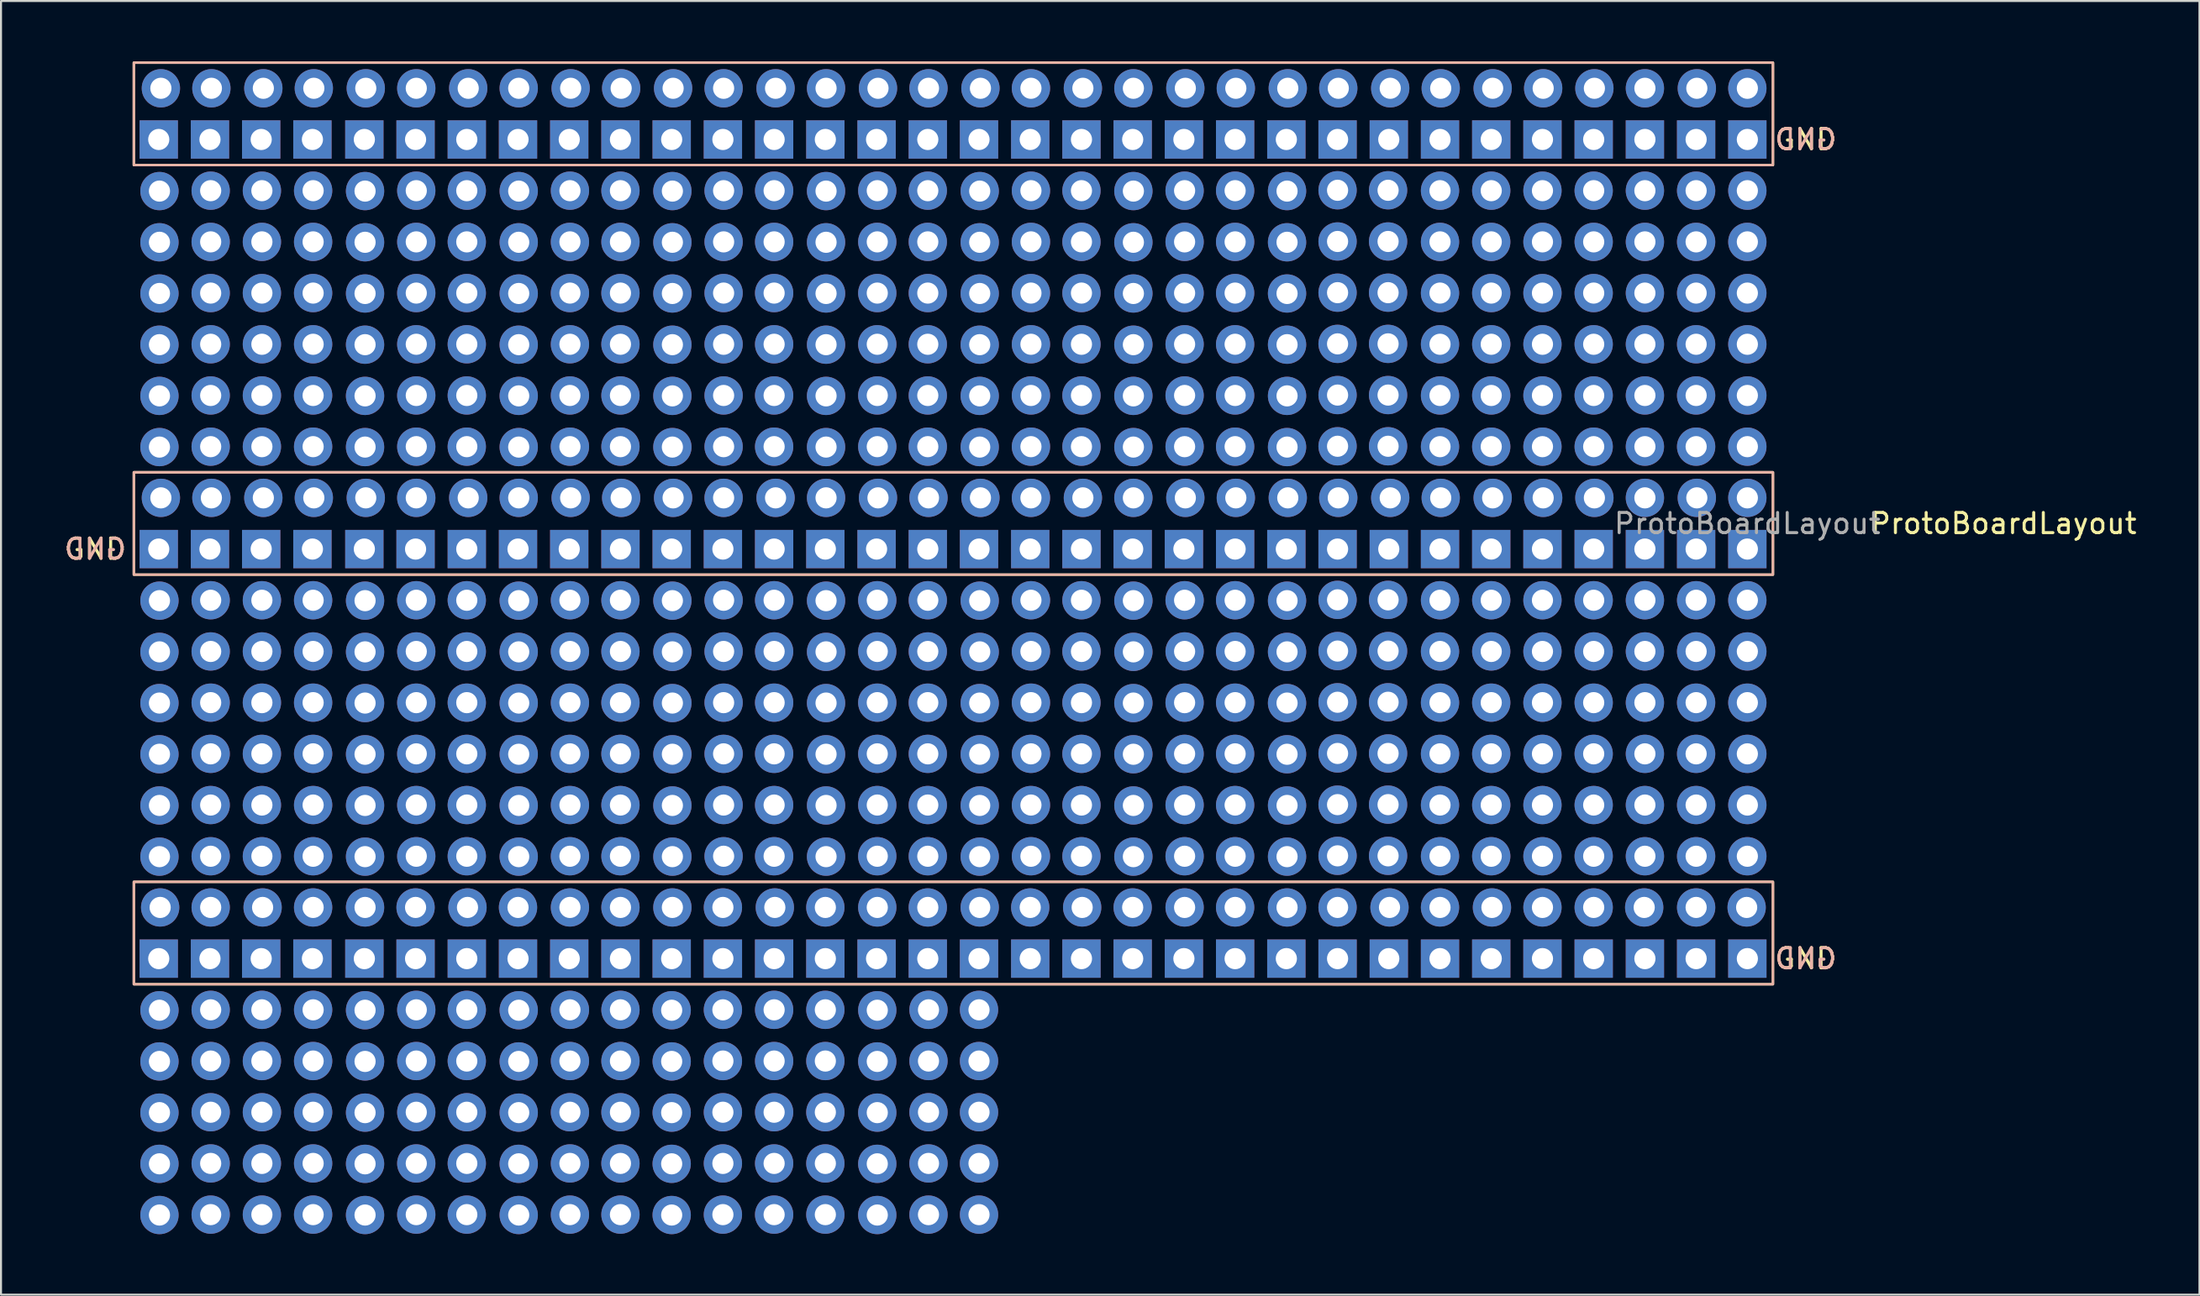
<source format=kicad_pcb>
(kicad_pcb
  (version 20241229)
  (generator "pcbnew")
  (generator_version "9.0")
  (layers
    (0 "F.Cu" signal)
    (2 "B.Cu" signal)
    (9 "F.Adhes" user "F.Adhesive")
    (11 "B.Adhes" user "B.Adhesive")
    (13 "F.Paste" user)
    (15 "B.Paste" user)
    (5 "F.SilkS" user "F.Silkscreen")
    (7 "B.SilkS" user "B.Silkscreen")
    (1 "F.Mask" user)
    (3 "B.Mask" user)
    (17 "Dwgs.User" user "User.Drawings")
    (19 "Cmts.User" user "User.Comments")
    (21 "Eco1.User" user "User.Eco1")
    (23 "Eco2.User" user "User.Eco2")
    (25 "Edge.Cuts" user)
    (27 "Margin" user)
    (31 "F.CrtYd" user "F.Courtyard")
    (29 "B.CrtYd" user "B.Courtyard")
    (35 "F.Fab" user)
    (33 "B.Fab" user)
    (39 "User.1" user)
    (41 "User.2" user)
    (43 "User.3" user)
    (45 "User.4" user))
  (footprint "ProtoBoardLayout"
    (layer "F.Cu")
    (at 83.597 22.92)
    (property "Reference" "ProtoBoardLayout" (at 12.7 0 0) (unlocked yes) (layer "F.SilkS") (effects (font (size 1 1) (thickness 0.15))))
    (attr smd)
    (fp_rect (start -80.01 -22.86) (end 1.27 -17.78) (stroke (width 0.12) (type solid)) (fill no) (layer "F.SilkS"))
    (fp_rect (start -80.01 -2.54) (end 1.27 2.54) (stroke (width 0.12) (type solid)) (fill no) (layer "F.SilkS"))
    (fp_rect (start -80.01 17.78) (end 1.27 22.86) (stroke (width 0.12) (type solid)) (fill no) (layer "F.SilkS"))
    (fp_rect (start 1.27 -22.86) (end -80.01 -17.78) (stroke (width 0.12) (type solid)) (fill no) (layer "B.SilkS"))
    (fp_rect (start 1.27 -2.54) (end -80.01 2.54) (stroke (width 0.12) (type solid)) (fill no) (layer "B.SilkS"))
    (fp_rect (start 1.27 17.78) (end -80.01 22.86) (stroke (width 0.12) (type solid)) (fill no) (layer "B.SilkS"))
    (fp_text user "GND" (at 1.27 -19.05 0) (unlocked yes) (layer "F.SilkS") (effects (font (size 1 1) (thickness 0.15)) (justify left)))
    (fp_text user "GND" (at 1.27 21.59 0) (unlocked yes) (layer "F.SilkS") (effects (font (size 1 1) (thickness 0.15)) (justify left)))
    (fp_text user "GND" (at -80.299 1.27 0) (unlocked yes) (layer "F.SilkS") (effects (font (size 1 1) (thickness 0.15)) (justify right)))
    (fp_text user "GND" (at -80.299 1.27 0) (unlocked yes) (layer "B.SilkS") (effects (font (size 1 1) (thickness 0.15)) (justify left mirror)))
    (fp_text user "GND" (at 1.27 -19.05 0) (unlocked yes) (layer "B.SilkS") (effects (font (size 1 1) (thickness 0.15)) (justify right mirror)))
    (fp_text user "GND" (at 1.27 21.59 0) (unlocked yes) (layer "B.SilkS") (effects (font (size 1 1) (thickness 0.15)) (justify right mirror)))
    (fp_text user "${REFERENCE}" (at 0 0 0) (unlocked yes) (layer "F.Fab") (effects (font (size 1 1) (thickness 0.15))))
    (pad "0" thru_hole circle (at -78.74 -16.49) (size 1.9 1.9) (drill 1.05) (layers "*.Cu" "*.Mask"))
    (pad "0" thru_hole circle (at -78.74 -13.95) (size 1.9 1.9) (drill 1.05) (layers "*.Cu" "*.Mask"))
    (pad "0" thru_hole circle (at -78.74 -11.41) (size 1.9 1.9) (drill 1.05) (layers "*.Cu" "*.Mask"))
    (pad "0" thru_hole circle (at -78.74 -8.87) (size 1.9 1.9) (drill 1.05) (layers "*.Cu" "*.Mask"))
    (pad "0" thru_hole circle (at -78.74 -6.33) (size 1.9 1.9) (drill 1.05) (layers "*.Cu" "*.Mask"))
    (pad "0" thru_hole circle (at -78.74 -3.79) (size 1.9 1.9) (drill 1.05) (layers "*.Cu" "*.Mask"))
    (pad "0" thru_hole circle (at -78.74 3.83 180) (size 1.9 1.9) (drill 1.05) (layers "*.Cu" "*.Mask"))
    (pad "0" thru_hole circle (at -78.74 6.37 180) (size 1.9 1.9) (drill 1.05) (layers "*.Cu" "*.Mask"))
    (pad "0" thru_hole circle (at -78.74 8.91 180) (size 1.9 1.9) (drill 1.05) (layers "*.Cu" "*.Mask"))
    (pad "0" thru_hole circle (at -78.74 11.45 180) (size 1.9 1.9) (drill 1.05) (layers "*.Cu" "*.Mask"))
    (pad "0" thru_hole circle (at -78.74 13.99 180) (size 1.9 1.9) (drill 1.05) (layers "*.Cu" "*.Mask"))
    (pad "0" thru_hole circle (at -78.74 16.53 180) (size 1.9 1.9) (drill 1.05) (layers "*.Cu" "*.Mask"))
    (pad "0" thru_hole circle (at -78.74 24.15 180) (size 1.9 1.9) (drill 1.05) (layers "*.Cu" "*.Mask"))
    (pad "0" thru_hole circle (at -78.74 26.69 180) (size 1.9 1.9) (drill 1.05) (layers "*.Cu" "*.Mask"))
    (pad "0" thru_hole circle (at -78.74 29.23 180) (size 1.9 1.9) (drill 1.05) (layers "*.Cu" "*.Mask"))
    (pad "0" thru_hole circle (at -78.74 31.77 180) (size 1.9 1.9) (drill 1.05) (layers "*.Cu" "*.Mask"))
    (pad "0" thru_hole circle (at -78.74 34.31 180) (size 1.9 1.9) (drill 1.05) (layers "*.Cu" "*.Mask"))
    (pad "0" thru_hole circle (at -76.2 -16.51) (size 1.9 1.9) (drill 1.05) (layers "*.Cu" "*.Mask"))
    (pad "0" thru_hole circle (at -76.2 -13.97) (size 1.9 1.9) (drill 1.05) (layers "*.Cu" "*.Mask"))
    (pad "0" thru_hole circle (at -76.2 -11.43) (size 1.9 1.9) (drill 1.05) (layers "*.Cu" "*.Mask"))
    (pad "0" thru_hole circle (at -76.2 -8.89) (size 1.9 1.9) (drill 1.05) (layers "*.Cu" "*.Mask"))
    (pad "0" thru_hole circle (at -76.2 -6.35) (size 1.9 1.9) (drill 1.05) (layers "*.Cu" "*.Mask"))
    (pad "0" thru_hole circle (at -76.2 -3.81) (size 1.9 1.9) (drill 1.05) (layers "*.Cu" "*.Mask"))
    (pad "0" thru_hole circle (at -76.2 3.81 180) (size 1.9 1.9) (drill 1.05) (layers "*.Cu" "*.Mask"))
    (pad "0" thru_hole circle (at -76.2 6.35 180) (size 1.9 1.9) (drill 1.05) (layers "*.Cu" "*.Mask"))
    (pad "0" thru_hole circle (at -76.2 8.89 180) (size 1.9 1.9) (drill 1.05) (layers "*.Cu" "*.Mask"))
    (pad "0" thru_hole circle (at -76.2 11.43 180) (size 1.9 1.9) (drill 1.05) (layers "*.Cu" "*.Mask"))
    (pad "0" thru_hole circle (at -76.2 13.97 180) (size 1.9 1.9) (drill 1.05) (layers "*.Cu" "*.Mask"))
    (pad "0" thru_hole circle (at -76.2 16.51 180) (size 1.9 1.9) (drill 1.05) (layers "*.Cu" "*.Mask"))
    (pad "0" thru_hole circle (at -76.2 24.13 180) (size 1.9 1.9) (drill 1.05) (layers "*.Cu" "*.Mask"))
    (pad "0" thru_hole circle (at -76.2 26.67 180) (size 1.9 1.9) (drill 1.05) (layers "*.Cu" "*.Mask"))
    (pad "0" thru_hole circle (at -76.2 29.21 180) (size 1.9 1.9) (drill 1.05) (layers "*.Cu" "*.Mask"))
    (pad "0" thru_hole circle (at -76.2 31.75 180) (size 1.9 1.9) (drill 1.05) (layers "*.Cu" "*.Mask"))
    (pad "0" thru_hole circle (at -76.2 34.29 180) (size 1.9 1.9) (drill 1.05) (layers "*.Cu" "*.Mask"))
    (pad "0" thru_hole circle (at -73.66 -16.51) (size 1.9 1.9) (drill 1.05) (layers "*.Cu" "*.Mask"))
    (pad "0" thru_hole circle (at -73.66 -13.97) (size 1.9 1.9) (drill 1.05) (layers "*.Cu" "*.Mask"))
    (pad "0" thru_hole circle (at -73.66 -11.43) (size 1.9 1.9) (drill 1.05) (layers "*.Cu" "*.Mask"))
    (pad "0" thru_hole circle (at -73.66 -8.89) (size 1.9 1.9) (drill 1.05) (layers "*.Cu" "*.Mask"))
    (pad "0" thru_hole circle (at -73.66 -6.35) (size 1.9 1.9) (drill 1.05) (layers "*.Cu" "*.Mask"))
    (pad "0" thru_hole circle (at -73.66 -3.81) (size 1.9 1.9) (drill 1.05) (layers "*.Cu" "*.Mask"))
    (pad "0" thru_hole circle (at -73.66 3.81 180) (size 1.9 1.9) (drill 1.05) (layers "*.Cu" "*.Mask"))
    (pad "0" thru_hole circle (at -73.66 6.35 180) (size 1.9 1.9) (drill 1.05) (layers "*.Cu" "*.Mask"))
    (pad "0" thru_hole circle (at -73.66 8.89 180) (size 1.9 1.9) (drill 1.05) (layers "*.Cu" "*.Mask"))
    (pad "0" thru_hole circle (at -73.66 11.43 180) (size 1.9 1.9) (drill 1.05) (layers "*.Cu" "*.Mask"))
    (pad "0" thru_hole circle (at -73.66 13.97 180) (size 1.9 1.9) (drill 1.05) (layers "*.Cu" "*.Mask"))
    (pad "0" thru_hole circle (at -73.66 16.51 180) (size 1.9 1.9) (drill 1.05) (layers "*.Cu" "*.Mask"))
    (pad "0" thru_hole circle (at -73.66 24.13 180) (size 1.9 1.9) (drill 1.05) (layers "*.Cu" "*.Mask"))
    (pad "0" thru_hole circle (at -73.66 26.67 180) (size 1.9 1.9) (drill 1.05) (layers "*.Cu" "*.Mask"))
    (pad "0" thru_hole circle (at -73.66 29.21 180) (size 1.9 1.9) (drill 1.05) (layers "*.Cu" "*.Mask"))
    (pad "0" thru_hole circle (at -73.66 31.75 180) (size 1.9 1.9) (drill 1.05) (layers "*.Cu" "*.Mask"))
    (pad "0" thru_hole circle (at -73.66 34.29 180) (size 1.9 1.9) (drill 1.05) (layers "*.Cu" "*.Mask"))
    (pad "0" thru_hole circle (at -71.12 -16.51) (size 1.9 1.9) (drill 1.05) (layers "*.Cu" "*.Mask"))
    (pad "0" thru_hole circle (at -71.12 -13.97) (size 1.9 1.9) (drill 1.05) (layers "*.Cu" "*.Mask"))
    (pad "0" thru_hole circle (at -71.12 -11.43) (size 1.9 1.9) (drill 1.05) (layers "*.Cu" "*.Mask"))
    (pad "0" thru_hole circle (at -71.12 -8.89) (size 1.9 1.9) (drill 1.05) (layers "*.Cu" "*.Mask"))
    (pad "0" thru_hole circle (at -71.12 -6.35) (size 1.9 1.9) (drill 1.05) (layers "*.Cu" "*.Mask"))
    (pad "0" thru_hole circle (at -71.12 -3.81) (size 1.9 1.9) (drill 1.05) (layers "*.Cu" "*.Mask"))
    (pad "0" thru_hole circle (at -71.12 3.81 180) (size 1.9 1.9) (drill 1.05) (layers "*.Cu" "*.Mask"))
    (pad "0" thru_hole circle (at -71.12 6.35 180) (size 1.9 1.9) (drill 1.05) (layers "*.Cu" "*.Mask"))
    (pad "0" thru_hole circle (at -71.12 8.89 180) (size 1.9 1.9) (drill 1.05) (layers "*.Cu" "*.Mask"))
    (pad "0" thru_hole circle (at -71.12 11.43 180) (size 1.9 1.9) (drill 1.05) (layers "*.Cu" "*.Mask"))
    (pad "0" thru_hole circle (at -71.12 13.97 180) (size 1.9 1.9) (drill 1.05) (layers "*.Cu" "*.Mask"))
    (pad "0" thru_hole circle (at -71.12 16.51 180) (size 1.9 1.9) (drill 1.05) (layers "*.Cu" "*.Mask"))
    (pad "0" thru_hole circle (at -71.12 24.13 180) (size 1.9 1.9) (drill 1.05) (layers "*.Cu" "*.Mask"))
    (pad "0" thru_hole circle (at -71.12 26.67 180) (size 1.9 1.9) (drill 1.05) (layers "*.Cu" "*.Mask"))
    (pad "0" thru_hole circle (at -71.12 29.21 180) (size 1.9 1.9) (drill 1.05) (layers "*.Cu" "*.Mask"))
    (pad "0" thru_hole circle (at -71.12 31.75 180) (size 1.9 1.9) (drill 1.05) (layers "*.Cu" "*.Mask"))
    (pad "0" thru_hole circle (at -71.12 34.29 180) (size 1.9 1.9) (drill 1.05) (layers "*.Cu" "*.Mask"))
    (pad "0" thru_hole circle (at -68.545 -16.49) (size 1.9 1.9) (drill 1.05) (layers "*.Cu" "*.Mask"))
    (pad "0" thru_hole circle (at -68.545 -13.95) (size 1.9 1.9) (drill 1.05) (layers "*.Cu" "*.Mask"))
    (pad "0" thru_hole circle (at -68.545 -11.41) (size 1.9 1.9) (drill 1.05) (layers "*.Cu" "*.Mask"))
    (pad "0" thru_hole circle (at -68.545 -8.87) (size 1.9 1.9) (drill 1.05) (layers "*.Cu" "*.Mask"))
    (pad "0" thru_hole circle (at -68.545 -6.33) (size 1.9 1.9) (drill 1.05) (layers "*.Cu" "*.Mask"))
    (pad "0" thru_hole circle (at -68.545 -3.79) (size 1.9 1.9) (drill 1.05) (layers "*.Cu" "*.Mask"))
    (pad "0" thru_hole circle (at -68.545 3.83 180) (size 1.9 1.9) (drill 1.05) (layers "*.Cu" "*.Mask"))
    (pad "0" thru_hole circle (at -68.545 6.37 180) (size 1.9 1.9) (drill 1.05) (layers "*.Cu" "*.Mask"))
    (pad "0" thru_hole circle (at -68.545 8.91 180) (size 1.9 1.9) (drill 1.05) (layers "*.Cu" "*.Mask"))
    (pad "0" thru_hole circle (at -68.545 11.45 180) (size 1.9 1.9) (drill 1.05) (layers "*.Cu" "*.Mask"))
    (pad "0" thru_hole circle (at -68.545 13.99 180) (size 1.9 1.9) (drill 1.05) (layers "*.Cu" "*.Mask"))
    (pad "0" thru_hole circle (at -68.545 16.53 180) (size 1.9 1.9) (drill 1.05) (layers "*.Cu" "*.Mask"))
    (pad "0" thru_hole circle (at -68.545 24.15 180) (size 1.9 1.9) (drill 1.05) (layers "*.Cu" "*.Mask"))
    (pad "0" thru_hole circle (at -68.545 26.69 180) (size 1.9 1.9) (drill 1.05) (layers "*.Cu" "*.Mask"))
    (pad "0" thru_hole circle (at -68.545 29.23 180) (size 1.9 1.9) (drill 1.05) (layers "*.Cu" "*.Mask"))
    (pad "0" thru_hole circle (at -68.545 31.77 180) (size 1.9 1.9) (drill 1.05) (layers "*.Cu" "*.Mask"))
    (pad "0" thru_hole circle (at -68.545 34.31 180) (size 1.9 1.9) (drill 1.05) (layers "*.Cu" "*.Mask"))
    (pad "0" thru_hole circle (at -66.005 -16.51) (size 1.9 1.9) (drill 1.05) (layers "*.Cu" "*.Mask"))
    (pad "0" thru_hole circle (at -66.005 -13.97) (size 1.9 1.9) (drill 1.05) (layers "*.Cu" "*.Mask"))
    (pad "0" thru_hole circle (at -66.005 -11.43) (size 1.9 1.9) (drill 1.05) (layers "*.Cu" "*.Mask"))
    (pad "0" thru_hole circle (at -66.005 -8.89) (size 1.9 1.9) (drill 1.05) (layers "*.Cu" "*.Mask"))
    (pad "0" thru_hole circle (at -66.005 -6.35) (size 1.9 1.9) (drill 1.05) (layers "*.Cu" "*.Mask"))
    (pad "0" thru_hole circle (at -66.005 -3.81) (size 1.9 1.9) (drill 1.05) (layers "*.Cu" "*.Mask"))
    (pad "0" thru_hole circle (at -66.005 3.81 180) (size 1.9 1.9) (drill 1.05) (layers "*.Cu" "*.Mask"))
    (pad "0" thru_hole circle (at -66.005 6.35 180) (size 1.9 1.9) (drill 1.05) (layers "*.Cu" "*.Mask"))
    (pad "0" thru_hole circle (at -66.005 8.89 180) (size 1.9 1.9) (drill 1.05) (layers "*.Cu" "*.Mask"))
    (pad "0" thru_hole circle (at -66.005 11.43 180) (size 1.9 1.9) (drill 1.05) (layers "*.Cu" "*.Mask"))
    (pad "0" thru_hole circle (at -66.005 13.97 180) (size 1.9 1.9) (drill 1.05) (layers "*.Cu" "*.Mask"))
    (pad "0" thru_hole circle (at -66.005 16.51 180) (size 1.9 1.9) (drill 1.05) (layers "*.Cu" "*.Mask"))
    (pad "0" thru_hole circle (at -66.005 24.13 180) (size 1.9 1.9) (drill 1.05) (layers "*.Cu" "*.Mask"))
    (pad "0" thru_hole circle (at -66.005 26.67 180) (size 1.9 1.9) (drill 1.05) (layers "*.Cu" "*.Mask"))
    (pad "0" thru_hole circle (at -66.005 29.21 180) (size 1.9 1.9) (drill 1.05) (layers "*.Cu" "*.Mask"))
    (pad "0" thru_hole circle (at -66.005 31.75 180) (size 1.9 1.9) (drill 1.05) (layers "*.Cu" "*.Mask"))
    (pad "0" thru_hole circle (at -66.005 34.29 180) (size 1.9 1.9) (drill 1.05) (layers "*.Cu" "*.Mask"))
    (pad "0" thru_hole circle (at -63.5 -16.51) (size 1.9 1.9) (drill 1.05) (layers "*.Cu" "*.Mask"))
    (pad "0" thru_hole circle (at -63.5 -13.97) (size 1.9 1.9) (drill 1.05) (layers "*.Cu" "*.Mask"))
    (pad "0" thru_hole circle (at -63.5 -11.43) (size 1.9 1.9) (drill 1.05) (layers "*.Cu" "*.Mask"))
    (pad "0" thru_hole circle (at -63.5 -8.89) (size 1.9 1.9) (drill 1.05) (layers "*.Cu" "*.Mask"))
    (pad "0" thru_hole circle (at -63.5 -6.35) (size 1.9 1.9) (drill 1.05) (layers "*.Cu" "*.Mask"))
    (pad "0" thru_hole circle (at -63.5 -3.81) (size 1.9 1.9) (drill 1.05) (layers "*.Cu" "*.Mask"))
    (pad "0" thru_hole circle (at -63.5 3.81 180) (size 1.9 1.9) (drill 1.05) (layers "*.Cu" "*.Mask"))
    (pad "0" thru_hole circle (at -63.5 6.35 180) (size 1.9 1.9) (drill 1.05) (layers "*.Cu" "*.Mask"))
    (pad "0" thru_hole circle (at -63.5 8.89 180) (size 1.9 1.9) (drill 1.05) (layers "*.Cu" "*.Mask"))
    (pad "0" thru_hole circle (at -63.5 11.43 180) (size 1.9 1.9) (drill 1.05) (layers "*.Cu" "*.Mask"))
    (pad "0" thru_hole circle (at -63.5 13.97 180) (size 1.9 1.9) (drill 1.05) (layers "*.Cu" "*.Mask"))
    (pad "0" thru_hole circle (at -63.5 16.51 180) (size 1.9 1.9) (drill 1.05) (layers "*.Cu" "*.Mask"))
    (pad "0" thru_hole circle (at -63.5 24.13 180) (size 1.9 1.9) (drill 1.05) (layers "*.Cu" "*.Mask"))
    (pad "0" thru_hole circle (at -63.5 26.67 180) (size 1.9 1.9) (drill 1.05) (layers "*.Cu" "*.Mask"))
    (pad "0" thru_hole circle (at -63.5 29.21 180) (size 1.9 1.9) (drill 1.05) (layers "*.Cu" "*.Mask"))
    (pad "0" thru_hole circle (at -63.5 31.75 180) (size 1.9 1.9) (drill 1.05) (layers "*.Cu" "*.Mask"))
    (pad "0" thru_hole circle (at -63.5 34.29 180) (size 1.9 1.9) (drill 1.05) (layers "*.Cu" "*.Mask"))
    (pad "0" thru_hole circle (at -60.925 -16.49) (size 1.9 1.9) (drill 1.05) (layers "*.Cu" "*.Mask"))
    (pad "0" thru_hole circle (at -60.925 -13.95) (size 1.9 1.9) (drill 1.05) (layers "*.Cu" "*.Mask"))
    (pad "0" thru_hole circle (at -60.925 -11.41) (size 1.9 1.9) (drill 1.05) (layers "*.Cu" "*.Mask"))
    (pad "0" thru_hole circle (at -60.925 -8.87) (size 1.9 1.9) (drill 1.05) (layers "*.Cu" "*.Mask"))
    (pad "0" thru_hole circle (at -60.925 -6.33) (size 1.9 1.9) (drill 1.05) (layers "*.Cu" "*.Mask"))
    (pad "0" thru_hole circle (at -60.925 -3.79) (size 1.9 1.9) (drill 1.05) (layers "*.Cu" "*.Mask"))
    (pad "0" thru_hole circle (at -60.925 3.83 180) (size 1.9 1.9) (drill 1.05) (layers "*.Cu" "*.Mask"))
    (pad "0" thru_hole circle (at -60.925 6.37 180) (size 1.9 1.9) (drill 1.05) (layers "*.Cu" "*.Mask"))
    (pad "0" thru_hole circle (at -60.925 8.91 180) (size 1.9 1.9) (drill 1.05) (layers "*.Cu" "*.Mask"))
    (pad "0" thru_hole circle (at -60.925 11.45 180) (size 1.9 1.9) (drill 1.05) (layers "*.Cu" "*.Mask"))
    (pad "0" thru_hole circle (at -60.925 13.99 180) (size 1.9 1.9) (drill 1.05) (layers "*.Cu" "*.Mask"))
    (pad "0" thru_hole circle (at -60.925 16.53 180) (size 1.9 1.9) (drill 1.05) (layers "*.Cu" "*.Mask"))
    (pad "0" thru_hole circle (at -60.925 24.15 180) (size 1.9 1.9) (drill 1.05) (layers "*.Cu" "*.Mask"))
    (pad "0" thru_hole circle (at -60.925 26.69 180) (size 1.9 1.9) (drill 1.05) (layers "*.Cu" "*.Mask"))
    (pad "0" thru_hole circle (at -60.925 29.23 180) (size 1.9 1.9) (drill 1.05) (layers "*.Cu" "*.Mask"))
    (pad "0" thru_hole circle (at -60.925 31.77 180) (size 1.9 1.9) (drill 1.05) (layers "*.Cu" "*.Mask"))
    (pad "0" thru_hole circle (at -60.925 34.31 180) (size 1.9 1.9) (drill 1.05) (layers "*.Cu" "*.Mask"))
    (pad "0" thru_hole circle (at -58.385 -16.51) (size 1.9 1.9) (drill 1.05) (layers "*.Cu" "*.Mask"))
    (pad "0" thru_hole circle (at -58.385 -13.97) (size 1.9 1.9) (drill 1.05) (layers "*.Cu" "*.Mask"))
    (pad "0" thru_hole circle (at -58.385 -11.43) (size 1.9 1.9) (drill 1.05) (layers "*.Cu" "*.Mask"))
    (pad "0" thru_hole circle (at -58.385 -8.89) (size 1.9 1.9) (drill 1.05) (layers "*.Cu" "*.Mask"))
    (pad "0" thru_hole circle (at -58.385 -6.35) (size 1.9 1.9) (drill 1.05) (layers "*.Cu" "*.Mask"))
    (pad "0" thru_hole circle (at -58.385 -3.81) (size 1.9 1.9) (drill 1.05) (layers "*.Cu" "*.Mask"))
    (pad "0" thru_hole circle (at -58.385 3.81 180) (size 1.9 1.9) (drill 1.05) (layers "*.Cu" "*.Mask"))
    (pad "0" thru_hole circle (at -58.385 6.35 180) (size 1.9 1.9) (drill 1.05) (layers "*.Cu" "*.Mask"))
    (pad "0" thru_hole circle (at -58.385 8.89 180) (size 1.9 1.9) (drill 1.05) (layers "*.Cu" "*.Mask"))
    (pad "0" thru_hole circle (at -58.385 11.43 180) (size 1.9 1.9) (drill 1.05) (layers "*.Cu" "*.Mask"))
    (pad "0" thru_hole circle (at -58.385 13.97 180) (size 1.9 1.9) (drill 1.05) (layers "*.Cu" "*.Mask"))
    (pad "0" thru_hole circle (at -58.385 16.51 180) (size 1.9 1.9) (drill 1.05) (layers "*.Cu" "*.Mask"))
    (pad "0" thru_hole circle (at -58.385 24.13 180) (size 1.9 1.9) (drill 1.05) (layers "*.Cu" "*.Mask"))
    (pad "0" thru_hole circle (at -58.385 26.67 180) (size 1.9 1.9) (drill 1.05) (layers "*.Cu" "*.Mask"))
    (pad "0" thru_hole circle (at -58.385 29.21 180) (size 1.9 1.9) (drill 1.05) (layers "*.Cu" "*.Mask"))
    (pad "0" thru_hole circle (at -58.385 31.75 180) (size 1.9 1.9) (drill 1.05) (layers "*.Cu" "*.Mask"))
    (pad "0" thru_hole circle (at -58.385 34.29 180) (size 1.9 1.9) (drill 1.05) (layers "*.Cu" "*.Mask"))
    (pad "0" thru_hole circle (at -55.88 -16.51) (size 1.9 1.9) (drill 1.05) (layers "*.Cu" "*.Mask"))
    (pad "0" thru_hole circle (at -55.88 -13.97) (size 1.9 1.9) (drill 1.05) (layers "*.Cu" "*.Mask"))
    (pad "0" thru_hole circle (at -55.88 -11.43) (size 1.9 1.9) (drill 1.05) (layers "*.Cu" "*.Mask"))
    (pad "0" thru_hole circle (at -55.88 -8.89) (size 1.9 1.9) (drill 1.05) (layers "*.Cu" "*.Mask"))
    (pad "0" thru_hole circle (at -55.88 -6.35) (size 1.9 1.9) (drill 1.05) (layers "*.Cu" "*.Mask"))
    (pad "0" thru_hole circle (at -55.88 -3.81) (size 1.9 1.9) (drill 1.05) (layers "*.Cu" "*.Mask"))
    (pad "0" thru_hole circle (at -55.88 3.81 180) (size 1.9 1.9) (drill 1.05) (layers "*.Cu" "*.Mask"))
    (pad "0" thru_hole circle (at -55.88 6.35 180) (size 1.9 1.9) (drill 1.05) (layers "*.Cu" "*.Mask"))
    (pad "0" thru_hole circle (at -55.88 8.89 180) (size 1.9 1.9) (drill 1.05) (layers "*.Cu" "*.Mask"))
    (pad "0" thru_hole circle (at -55.88 11.43 180) (size 1.9 1.9) (drill 1.05) (layers "*.Cu" "*.Mask"))
    (pad "0" thru_hole circle (at -55.88 13.97 180) (size 1.9 1.9) (drill 1.05) (layers "*.Cu" "*.Mask"))
    (pad "0" thru_hole circle (at -55.88 16.51 180) (size 1.9 1.9) (drill 1.05) (layers "*.Cu" "*.Mask"))
    (pad "0" thru_hole circle (at -55.88 24.13 180) (size 1.9 1.9) (drill 1.05) (layers "*.Cu" "*.Mask"))
    (pad "0" thru_hole circle (at -55.88 26.67 180) (size 1.9 1.9) (drill 1.05) (layers "*.Cu" "*.Mask"))
    (pad "0" thru_hole circle (at -55.88 29.21 180) (size 1.9 1.9) (drill 1.05) (layers "*.Cu" "*.Mask"))
    (pad "0" thru_hole circle (at -55.88 31.75 180) (size 1.9 1.9) (drill 1.05) (layers "*.Cu" "*.Mask"))
    (pad "0" thru_hole circle (at -55.88 34.29 180) (size 1.9 1.9) (drill 1.05) (layers "*.Cu" "*.Mask"))
    (pad "0" thru_hole circle (at -53.34 24.15 180) (size 1.9 1.9) (drill 1.05) (layers "*.Cu" "*.Mask"))
    (pad "0" thru_hole circle (at -53.34 26.69 180) (size 1.9 1.9) (drill 1.05) (layers "*.Cu" "*.Mask"))
    (pad "0" thru_hole circle (at -53.34 29.23 180) (size 1.9 1.9) (drill 1.05) (layers "*.Cu" "*.Mask"))
    (pad "0" thru_hole circle (at -53.34 31.77 180) (size 1.9 1.9) (drill 1.05) (layers "*.Cu" "*.Mask"))
    (pad "0" thru_hole circle (at -53.34 34.31 180) (size 1.9 1.9) (drill 1.05) (layers "*.Cu" "*.Mask"))
    (pad "0" thru_hole circle (at -53.305 -16.49) (size 1.9 1.9) (drill 1.05) (layers "*.Cu" "*.Mask"))
    (pad "0" thru_hole circle (at -53.305 -13.95) (size 1.9 1.9) (drill 1.05) (layers "*.Cu" "*.Mask"))
    (pad "0" thru_hole circle (at -53.305 -11.41) (size 1.9 1.9) (drill 1.05) (layers "*.Cu" "*.Mask"))
    (pad "0" thru_hole circle (at -53.305 -8.87) (size 1.9 1.9) (drill 1.05) (layers "*.Cu" "*.Mask"))
    (pad "0" thru_hole circle (at -53.305 -6.33) (size 1.9 1.9) (drill 1.05) (layers "*.Cu" "*.Mask"))
    (pad "0" thru_hole circle (at -53.305 -3.79) (size 1.9 1.9) (drill 1.05) (layers "*.Cu" "*.Mask"))
    (pad "0" thru_hole circle (at -53.305 3.83 180) (size 1.9 1.9) (drill 1.05) (layers "*.Cu" "*.Mask"))
    (pad "0" thru_hole circle (at -53.305 6.37 180) (size 1.9 1.9) (drill 1.05) (layers "*.Cu" "*.Mask"))
    (pad "0" thru_hole circle (at -53.305 8.91 180) (size 1.9 1.9) (drill 1.05) (layers "*.Cu" "*.Mask"))
    (pad "0" thru_hole circle (at -53.305 11.45 180) (size 1.9 1.9) (drill 1.05) (layers "*.Cu" "*.Mask"))
    (pad "0" thru_hole circle (at -53.305 13.99 180) (size 1.9 1.9) (drill 1.05) (layers "*.Cu" "*.Mask"))
    (pad "0" thru_hole circle (at -53.305 16.53 180) (size 1.9 1.9) (drill 1.05) (layers "*.Cu" "*.Mask"))
    (pad "0" thru_hole circle (at -50.8 24.13 180) (size 1.9 1.9) (drill 1.05) (layers "*.Cu" "*.Mask"))
    (pad "0" thru_hole circle (at -50.8 26.67 180) (size 1.9 1.9) (drill 1.05) (layers "*.Cu" "*.Mask"))
    (pad "0" thru_hole circle (at -50.8 29.21 180) (size 1.9 1.9) (drill 1.05) (layers "*.Cu" "*.Mask"))
    (pad "0" thru_hole circle (at -50.8 31.75 180) (size 1.9 1.9) (drill 1.05) (layers "*.Cu" "*.Mask"))
    (pad "0" thru_hole circle (at -50.8 34.29 180) (size 1.9 1.9) (drill 1.05) (layers "*.Cu" "*.Mask"))
    (pad "0" thru_hole circle (at -50.765 -16.51) (size 1.9 1.9) (drill 1.05) (layers "*.Cu" "*.Mask"))
    (pad "0" thru_hole circle (at -50.765 -13.97) (size 1.9 1.9) (drill 1.05) (layers "*.Cu" "*.Mask"))
    (pad "0" thru_hole circle (at -50.765 -11.43) (size 1.9 1.9) (drill 1.05) (layers "*.Cu" "*.Mask"))
    (pad "0" thru_hole circle (at -50.765 -8.89) (size 1.9 1.9) (drill 1.05) (layers "*.Cu" "*.Mask"))
    (pad "0" thru_hole circle (at -50.765 -6.35) (size 1.9 1.9) (drill 1.05) (layers "*.Cu" "*.Mask"))
    (pad "0" thru_hole circle (at -50.765 -3.81) (size 1.9 1.9) (drill 1.05) (layers "*.Cu" "*.Mask"))
    (pad "0" thru_hole circle (at -50.765 3.81 180) (size 1.9 1.9) (drill 1.05) (layers "*.Cu" "*.Mask"))
    (pad "0" thru_hole circle (at -50.765 6.35 180) (size 1.9 1.9) (drill 1.05) (layers "*.Cu" "*.Mask"))
    (pad "0" thru_hole circle (at -50.765 8.89 180) (size 1.9 1.9) (drill 1.05) (layers "*.Cu" "*.Mask"))
    (pad "0" thru_hole circle (at -50.765 11.43 180) (size 1.9 1.9) (drill 1.05) (layers "*.Cu" "*.Mask"))
    (pad "0" thru_hole circle (at -50.765 13.97 180) (size 1.9 1.9) (drill 1.05) (layers "*.Cu" "*.Mask"))
    (pad "0" thru_hole circle (at -50.765 16.51 180) (size 1.9 1.9) (drill 1.05) (layers "*.Cu" "*.Mask"))
    (pad "0" thru_hole circle (at -48.26 -16.51) (size 1.9 1.9) (drill 1.05) (layers "*.Cu" "*.Mask"))
    (pad "0" thru_hole circle (at -48.26 -13.97) (size 1.9 1.9) (drill 1.05) (layers "*.Cu" "*.Mask"))
    (pad "0" thru_hole circle (at -48.26 -11.43) (size 1.9 1.9) (drill 1.05) (layers "*.Cu" "*.Mask"))
    (pad "0" thru_hole circle (at -48.26 -8.89) (size 1.9 1.9) (drill 1.05) (layers "*.Cu" "*.Mask"))
    (pad "0" thru_hole circle (at -48.26 -6.35) (size 1.9 1.9) (drill 1.05) (layers "*.Cu" "*.Mask"))
    (pad "0" thru_hole circle (at -48.26 -3.81) (size 1.9 1.9) (drill 1.05) (layers "*.Cu" "*.Mask"))
    (pad "0" thru_hole circle (at -48.26 3.81 180) (size 1.9 1.9) (drill 1.05) (layers "*.Cu" "*.Mask"))
    (pad "0" thru_hole circle (at -48.26 6.35 180) (size 1.9 1.9) (drill 1.05) (layers "*.Cu" "*.Mask"))
    (pad "0" thru_hole circle (at -48.26 8.89 180) (size 1.9 1.9) (drill 1.05) (layers "*.Cu" "*.Mask"))
    (pad "0" thru_hole circle (at -48.26 11.43 180) (size 1.9 1.9) (drill 1.05) (layers "*.Cu" "*.Mask"))
    (pad "0" thru_hole circle (at -48.26 13.97 180) (size 1.9 1.9) (drill 1.05) (layers "*.Cu" "*.Mask"))
    (pad "0" thru_hole circle (at -48.26 16.51 180) (size 1.9 1.9) (drill 1.05) (layers "*.Cu" "*.Mask"))
    (pad "0" thru_hole circle (at -48.26 24.13 180) (size 1.9 1.9) (drill 1.05) (layers "*.Cu" "*.Mask"))
    (pad "0" thru_hole circle (at -48.26 26.67 180) (size 1.9 1.9) (drill 1.05) (layers "*.Cu" "*.Mask"))
    (pad "0" thru_hole circle (at -48.26 29.21 180) (size 1.9 1.9) (drill 1.05) (layers "*.Cu" "*.Mask"))
    (pad "0" thru_hole circle (at -48.26 31.75 180) (size 1.9 1.9) (drill 1.05) (layers "*.Cu" "*.Mask"))
    (pad "0" thru_hole circle (at -48.26 34.29 180) (size 1.9 1.9) (drill 1.05) (layers "*.Cu" "*.Mask"))
    (pad "0" thru_hole circle (at -45.72 24.13 180) (size 1.9 1.9) (drill 1.05) (layers "*.Cu" "*.Mask"))
    (pad "0" thru_hole circle (at -45.72 26.67 180) (size 1.9 1.9) (drill 1.05) (layers "*.Cu" "*.Mask"))
    (pad "0" thru_hole circle (at -45.72 29.21 180) (size 1.9 1.9) (drill 1.05) (layers "*.Cu" "*.Mask"))
    (pad "0" thru_hole circle (at -45.72 31.75 180) (size 1.9 1.9) (drill 1.05) (layers "*.Cu" "*.Mask"))
    (pad "0" thru_hole circle (at -45.72 34.29 180) (size 1.9 1.9) (drill 1.05) (layers "*.Cu" "*.Mask"))
    (pad "0" thru_hole circle (at -45.685 -16.49) (size 1.9 1.9) (drill 1.05) (layers "*.Cu" "*.Mask"))
    (pad "0" thru_hole circle (at -45.685 -13.95) (size 1.9 1.9) (drill 1.05) (layers "*.Cu" "*.Mask"))
    (pad "0" thru_hole circle (at -45.685 -11.41) (size 1.9 1.9) (drill 1.05) (layers "*.Cu" "*.Mask"))
    (pad "0" thru_hole circle (at -45.685 -8.87) (size 1.9 1.9) (drill 1.05) (layers "*.Cu" "*.Mask"))
    (pad "0" thru_hole circle (at -45.685 -6.33) (size 1.9 1.9) (drill 1.05) (layers "*.Cu" "*.Mask"))
    (pad "0" thru_hole circle (at -45.685 -3.79) (size 1.9 1.9) (drill 1.05) (layers "*.Cu" "*.Mask"))
    (pad "0" thru_hole circle (at -45.685 3.83 180) (size 1.9 1.9) (drill 1.05) (layers "*.Cu" "*.Mask"))
    (pad "0" thru_hole circle (at -45.685 6.37 180) (size 1.9 1.9) (drill 1.05) (layers "*.Cu" "*.Mask"))
    (pad "0" thru_hole circle (at -45.685 8.91 180) (size 1.9 1.9) (drill 1.05) (layers "*.Cu" "*.Mask"))
    (pad "0" thru_hole circle (at -45.685 11.45 180) (size 1.9 1.9) (drill 1.05) (layers "*.Cu" "*.Mask"))
    (pad "0" thru_hole circle (at -45.685 13.99 180) (size 1.9 1.9) (drill 1.05) (layers "*.Cu" "*.Mask"))
    (pad "0" thru_hole circle (at -45.685 16.53 180) (size 1.9 1.9) (drill 1.05) (layers "*.Cu" "*.Mask"))
    (pad "0" thru_hole circle (at -43.145 -16.51) (size 1.9 1.9) (drill 1.05) (layers "*.Cu" "*.Mask"))
    (pad "0" thru_hole circle (at -43.145 -13.97) (size 1.9 1.9) (drill 1.05) (layers "*.Cu" "*.Mask"))
    (pad "0" thru_hole circle (at -43.145 -11.43) (size 1.9 1.9) (drill 1.05) (layers "*.Cu" "*.Mask"))
    (pad "0" thru_hole circle (at -43.145 -8.89) (size 1.9 1.9) (drill 1.05) (layers "*.Cu" "*.Mask"))
    (pad "0" thru_hole circle (at -43.145 -6.35) (size 1.9 1.9) (drill 1.05) (layers "*.Cu" "*.Mask"))
    (pad "0" thru_hole circle (at -43.145 -3.81) (size 1.9 1.9) (drill 1.05) (layers "*.Cu" "*.Mask"))
    (pad "0" thru_hole circle (at -43.145 3.81 180) (size 1.9 1.9) (drill 1.05) (layers "*.Cu" "*.Mask"))
    (pad "0" thru_hole circle (at -43.145 6.35 180) (size 1.9 1.9) (drill 1.05) (layers "*.Cu" "*.Mask"))
    (pad "0" thru_hole circle (at -43.145 8.89 180) (size 1.9 1.9) (drill 1.05) (layers "*.Cu" "*.Mask"))
    (pad "0" thru_hole circle (at -43.145 11.43 180) (size 1.9 1.9) (drill 1.05) (layers "*.Cu" "*.Mask"))
    (pad "0" thru_hole circle (at -43.145 13.97 180) (size 1.9 1.9) (drill 1.05) (layers "*.Cu" "*.Mask"))
    (pad "0" thru_hole circle (at -43.145 16.51 180) (size 1.9 1.9) (drill 1.05) (layers "*.Cu" "*.Mask"))
    (pad "0" thru_hole circle (at -43.145 24.15 180) (size 1.9 1.9) (drill 1.05) (layers "*.Cu" "*.Mask"))
    (pad "0" thru_hole circle (at -43.145 26.69 180) (size 1.9 1.9) (drill 1.05) (layers "*.Cu" "*.Mask"))
    (pad "0" thru_hole circle (at -43.145 29.23 180) (size 1.9 1.9) (drill 1.05) (layers "*.Cu" "*.Mask"))
    (pad "0" thru_hole circle (at -43.145 31.77 180) (size 1.9 1.9) (drill 1.05) (layers "*.Cu" "*.Mask"))
    (pad "0" thru_hole circle (at -43.145 34.31 180) (size 1.9 1.9) (drill 1.05) (layers "*.Cu" "*.Mask"))
    (pad "0" thru_hole circle (at -40.64 -16.51) (size 1.9 1.9) (drill 1.05) (layers "*.Cu" "*.Mask"))
    (pad "0" thru_hole circle (at -40.64 -13.97) (size 1.9 1.9) (drill 1.05) (layers "*.Cu" "*.Mask"))
    (pad "0" thru_hole circle (at -40.64 -11.43) (size 1.9 1.9) (drill 1.05) (layers "*.Cu" "*.Mask"))
    (pad "0" thru_hole circle (at -40.64 -8.89) (size 1.9 1.9) (drill 1.05) (layers "*.Cu" "*.Mask"))
    (pad "0" thru_hole circle (at -40.64 -6.35) (size 1.9 1.9) (drill 1.05) (layers "*.Cu" "*.Mask"))
    (pad "0" thru_hole circle (at -40.64 -3.81) (size 1.9 1.9) (drill 1.05) (layers "*.Cu" "*.Mask"))
    (pad "0" thru_hole circle (at -40.64 3.81 180) (size 1.9 1.9) (drill 1.05) (layers "*.Cu" "*.Mask"))
    (pad "0" thru_hole circle (at -40.64 6.35 180) (size 1.9 1.9) (drill 1.05) (layers "*.Cu" "*.Mask"))
    (pad "0" thru_hole circle (at -40.64 8.89 180) (size 1.9 1.9) (drill 1.05) (layers "*.Cu" "*.Mask"))
    (pad "0" thru_hole circle (at -40.64 11.43 180) (size 1.9 1.9) (drill 1.05) (layers "*.Cu" "*.Mask"))
    (pad "0" thru_hole circle (at -40.64 13.97 180) (size 1.9 1.9) (drill 1.05) (layers "*.Cu" "*.Mask"))
    (pad "0" thru_hole circle (at -40.64 16.51 180) (size 1.9 1.9) (drill 1.05) (layers "*.Cu" "*.Mask"))
    (pad "0" thru_hole circle (at -40.605 24.13 180) (size 1.9 1.9) (drill 1.05) (layers "*.Cu" "*.Mask"))
    (pad "0" thru_hole circle (at -40.605 26.67 180) (size 1.9 1.9) (drill 1.05) (layers "*.Cu" "*.Mask"))
    (pad "0" thru_hole circle (at -40.605 29.21 180) (size 1.9 1.9) (drill 1.05) (layers "*.Cu" "*.Mask"))
    (pad "0" thru_hole circle (at -40.605 31.75 180) (size 1.9 1.9) (drill 1.05) (layers "*.Cu" "*.Mask"))
    (pad "0" thru_hole circle (at -40.605 34.29 180) (size 1.9 1.9) (drill 1.05) (layers "*.Cu" "*.Mask"))
    (pad "0" thru_hole circle (at -38.1 24.13 180) (size 1.9 1.9) (drill 1.05) (layers "*.Cu" "*.Mask"))
    (pad "0" thru_hole circle (at -38.1 26.67 180) (size 1.9 1.9) (drill 1.05) (layers "*.Cu" "*.Mask"))
    (pad "0" thru_hole circle (at -38.1 29.21 180) (size 1.9 1.9) (drill 1.05) (layers "*.Cu" "*.Mask"))
    (pad "0" thru_hole circle (at -38.1 31.75 180) (size 1.9 1.9) (drill 1.05) (layers "*.Cu" "*.Mask"))
    (pad "0" thru_hole circle (at -38.1 34.29 180) (size 1.9 1.9) (drill 1.05) (layers "*.Cu" "*.Mask"))
    (pad "0" thru_hole circle (at -38.065 -16.49) (size 1.9 1.9) (drill 1.05) (layers "*.Cu" "*.Mask"))
    (pad "0" thru_hole circle (at -38.065 -13.95) (size 1.9 1.9) (drill 1.05) (layers "*.Cu" "*.Mask"))
    (pad "0" thru_hole circle (at -38.065 -11.41) (size 1.9 1.9) (drill 1.05) (layers "*.Cu" "*.Mask"))
    (pad "0" thru_hole circle (at -38.065 -8.87) (size 1.9 1.9) (drill 1.05) (layers "*.Cu" "*.Mask"))
    (pad "0" thru_hole circle (at -38.065 -6.33) (size 1.9 1.9) (drill 1.05) (layers "*.Cu" "*.Mask"))
    (pad "0" thru_hole circle (at -38.065 -3.79) (size 1.9 1.9) (drill 1.05) (layers "*.Cu" "*.Mask"))
    (pad "0" thru_hole circle (at -38.065 3.83 180) (size 1.9 1.9) (drill 1.05) (layers "*.Cu" "*.Mask"))
    (pad "0" thru_hole circle (at -38.065 6.37 180) (size 1.9 1.9) (drill 1.05) (layers "*.Cu" "*.Mask"))
    (pad "0" thru_hole circle (at -38.065 8.91 180) (size 1.9 1.9) (drill 1.05) (layers "*.Cu" "*.Mask"))
    (pad "0" thru_hole circle (at -38.065 11.45 180) (size 1.9 1.9) (drill 1.05) (layers "*.Cu" "*.Mask"))
    (pad "0" thru_hole circle (at -38.065 13.99 180) (size 1.9 1.9) (drill 1.05) (layers "*.Cu" "*.Mask"))
    (pad "0" thru_hole circle (at -38.065 16.53 180) (size 1.9 1.9) (drill 1.05) (layers "*.Cu" "*.Mask"))
    (pad "0" thru_hole circle (at -35.525 -16.51) (size 1.9 1.9) (drill 1.05) (layers "*.Cu" "*.Mask"))
    (pad "0" thru_hole circle (at -35.525 -13.97) (size 1.9 1.9) (drill 1.05) (layers "*.Cu" "*.Mask"))
    (pad "0" thru_hole circle (at -35.525 -11.43) (size 1.9 1.9) (drill 1.05) (layers "*.Cu" "*.Mask"))
    (pad "0" thru_hole circle (at -35.525 -8.89) (size 1.9 1.9) (drill 1.05) (layers "*.Cu" "*.Mask"))
    (pad "0" thru_hole circle (at -35.525 -6.35) (size 1.9 1.9) (drill 1.05) (layers "*.Cu" "*.Mask"))
    (pad "0" thru_hole circle (at -35.525 -3.81) (size 1.9 1.9) (drill 1.05) (layers "*.Cu" "*.Mask"))
    (pad "0" thru_hole circle (at -35.525 3.81 180) (size 1.9 1.9) (drill 1.05) (layers "*.Cu" "*.Mask"))
    (pad "0" thru_hole circle (at -35.525 6.35 180) (size 1.9 1.9) (drill 1.05) (layers "*.Cu" "*.Mask"))
    (pad "0" thru_hole circle (at -35.525 8.89 180) (size 1.9 1.9) (drill 1.05) (layers "*.Cu" "*.Mask"))
    (pad "0" thru_hole circle (at -35.525 11.43 180) (size 1.9 1.9) (drill 1.05) (layers "*.Cu" "*.Mask"))
    (pad "0" thru_hole circle (at -35.525 13.97 180) (size 1.9 1.9) (drill 1.05) (layers "*.Cu" "*.Mask"))
    (pad "0" thru_hole circle (at -35.525 16.51 180) (size 1.9 1.9) (drill 1.05) (layers "*.Cu" "*.Mask"))
    (pad "0" thru_hole circle (at -33.02 -16.51) (size 1.9 1.9) (drill 1.05) (layers "*.Cu" "*.Mask"))
    (pad "0" thru_hole circle (at -33.02 -13.97) (size 1.9 1.9) (drill 1.05) (layers "*.Cu" "*.Mask"))
    (pad "0" thru_hole circle (at -33.02 -11.43) (size 1.9 1.9) (drill 1.05) (layers "*.Cu" "*.Mask"))
    (pad "0" thru_hole circle (at -33.02 -8.89) (size 1.9 1.9) (drill 1.05) (layers "*.Cu" "*.Mask"))
    (pad "0" thru_hole circle (at -33.02 -6.35) (size 1.9 1.9) (drill 1.05) (layers "*.Cu" "*.Mask"))
    (pad "0" thru_hole circle (at -33.02 -3.81) (size 1.9 1.9) (drill 1.05) (layers "*.Cu" "*.Mask"))
    (pad "0" thru_hole circle (at -33.02 3.81 180) (size 1.9 1.9) (drill 1.05) (layers "*.Cu" "*.Mask"))
    (pad "0" thru_hole circle (at -33.02 6.35 180) (size 1.9 1.9) (drill 1.05) (layers "*.Cu" "*.Mask"))
    (pad "0" thru_hole circle (at -33.02 8.89 180) (size 1.9 1.9) (drill 1.05) (layers "*.Cu" "*.Mask"))
    (pad "0" thru_hole circle (at -33.02 11.43 180) (size 1.9 1.9) (drill 1.05) (layers "*.Cu" "*.Mask"))
    (pad "0" thru_hole circle (at -33.02 13.97 180) (size 1.9 1.9) (drill 1.05) (layers "*.Cu" "*.Mask"))
    (pad "0" thru_hole circle (at -33.02 16.51 180) (size 1.9 1.9) (drill 1.05) (layers "*.Cu" "*.Mask"))
    (pad "0" thru_hole circle (at -30.445 -16.49) (size 1.9 1.9) (drill 1.05) (layers "*.Cu" "*.Mask"))
    (pad "0" thru_hole circle (at -30.445 -13.95) (size 1.9 1.9) (drill 1.05) (layers "*.Cu" "*.Mask"))
    (pad "0" thru_hole circle (at -30.445 -11.41) (size 1.9 1.9) (drill 1.05) (layers "*.Cu" "*.Mask"))
    (pad "0" thru_hole circle (at -30.445 -8.87) (size 1.9 1.9) (drill 1.05) (layers "*.Cu" "*.Mask"))
    (pad "0" thru_hole circle (at -30.445 -6.33) (size 1.9 1.9) (drill 1.05) (layers "*.Cu" "*.Mask"))
    (pad "0" thru_hole circle (at -30.445 -3.79) (size 1.9 1.9) (drill 1.05) (layers "*.Cu" "*.Mask"))
    (pad "0" thru_hole circle (at -30.445 3.83 180) (size 1.9 1.9) (drill 1.05) (layers "*.Cu" "*.Mask"))
    (pad "0" thru_hole circle (at -30.445 6.37 180) (size 1.9 1.9) (drill 1.05) (layers "*.Cu" "*.Mask"))
    (pad "0" thru_hole circle (at -30.445 8.91 180) (size 1.9 1.9) (drill 1.05) (layers "*.Cu" "*.Mask"))
    (pad "0" thru_hole circle (at -30.445 11.45 180) (size 1.9 1.9) (drill 1.05) (layers "*.Cu" "*.Mask"))
    (pad "0" thru_hole circle (at -30.445 13.99 180) (size 1.9 1.9) (drill 1.05) (layers "*.Cu" "*.Mask"))
    (pad "0" thru_hole circle (at -30.445 16.53 180) (size 1.9 1.9) (drill 1.05) (layers "*.Cu" "*.Mask"))
    (pad "0" thru_hole circle (at -27.905 -16.51) (size 1.9 1.9) (drill 1.05) (layers "*.Cu" "*.Mask"))
    (pad "0" thru_hole circle (at -27.905 -13.97) (size 1.9 1.9) (drill 1.05) (layers "*.Cu" "*.Mask"))
    (pad "0" thru_hole circle (at -27.905 -11.43) (size 1.9 1.9) (drill 1.05) (layers "*.Cu" "*.Mask"))
    (pad "0" thru_hole circle (at -27.905 -8.89) (size 1.9 1.9) (drill 1.05) (layers "*.Cu" "*.Mask"))
    (pad "0" thru_hole circle (at -27.905 -6.35) (size 1.9 1.9) (drill 1.05) (layers "*.Cu" "*.Mask"))
    (pad "0" thru_hole circle (at -27.905 -3.81) (size 1.9 1.9) (drill 1.05) (layers "*.Cu" "*.Mask"))
    (pad "0" thru_hole circle (at -27.905 3.81 180) (size 1.9 1.9) (drill 1.05) (layers "*.Cu" "*.Mask"))
    (pad "0" thru_hole circle (at -27.905 6.35 180) (size 1.9 1.9) (drill 1.05) (layers "*.Cu" "*.Mask"))
    (pad "0" thru_hole circle (at -27.905 8.89 180) (size 1.9 1.9) (drill 1.05) (layers "*.Cu" "*.Mask"))
    (pad "0" thru_hole circle (at -27.905 11.43 180) (size 1.9 1.9) (drill 1.05) (layers "*.Cu" "*.Mask"))
    (pad "0" thru_hole circle (at -27.905 13.97 180) (size 1.9 1.9) (drill 1.05) (layers "*.Cu" "*.Mask"))
    (pad "0" thru_hole circle (at -27.905 16.51 180) (size 1.9 1.9) (drill 1.05) (layers "*.Cu" "*.Mask"))
    (pad "0" thru_hole circle (at -25.4 -16.51) (size 1.9 1.9) (drill 1.05) (layers "*.Cu" "*.Mask"))
    (pad "0" thru_hole circle (at -25.4 -13.97) (size 1.9 1.9) (drill 1.05) (layers "*.Cu" "*.Mask"))
    (pad "0" thru_hole circle (at -25.4 -11.43) (size 1.9 1.9) (drill 1.05) (layers "*.Cu" "*.Mask"))
    (pad "0" thru_hole circle (at -25.4 -8.89) (size 1.9 1.9) (drill 1.05) (layers "*.Cu" "*.Mask"))
    (pad "0" thru_hole circle (at -25.4 -6.35) (size 1.9 1.9) (drill 1.05) (layers "*.Cu" "*.Mask"))
    (pad "0" thru_hole circle (at -25.4 -3.81) (size 1.9 1.9) (drill 1.05) (layers "*.Cu" "*.Mask"))
    (pad "0" thru_hole circle (at -25.4 3.81 180) (size 1.9 1.9) (drill 1.05) (layers "*.Cu" "*.Mask"))
    (pad "0" thru_hole circle (at -25.4 6.35 180) (size 1.9 1.9) (drill 1.05) (layers "*.Cu" "*.Mask"))
    (pad "0" thru_hole circle (at -25.4 8.89 180) (size 1.9 1.9) (drill 1.05) (layers "*.Cu" "*.Mask"))
    (pad "0" thru_hole circle (at -25.4 11.43 180) (size 1.9 1.9) (drill 1.05) (layers "*.Cu" "*.Mask"))
    (pad "0" thru_hole circle (at -25.4 13.97 180) (size 1.9 1.9) (drill 1.05) (layers "*.Cu" "*.Mask"))
    (pad "0" thru_hole circle (at -25.4 16.51 180) (size 1.9 1.9) (drill 1.05) (layers "*.Cu" "*.Mask"))
    (pad "0" thru_hole circle (at -22.825 -16.49) (size 1.9 1.9) (drill 1.05) (layers "*.Cu" "*.Mask"))
    (pad "0" thru_hole circle (at -22.825 -13.95) (size 1.9 1.9) (drill 1.05) (layers "*.Cu" "*.Mask"))
    (pad "0" thru_hole circle (at -22.825 -11.41) (size 1.9 1.9) (drill 1.05) (layers "*.Cu" "*.Mask"))
    (pad "0" thru_hole circle (at -22.825 -8.87) (size 1.9 1.9) (drill 1.05) (layers "*.Cu" "*.Mask"))
    (pad "0" thru_hole circle (at -22.825 -6.33) (size 1.9 1.9) (drill 1.05) (layers "*.Cu" "*.Mask"))
    (pad "0" thru_hole circle (at -22.825 -3.79) (size 1.9 1.9) (drill 1.05) (layers "*.Cu" "*.Mask"))
    (pad "0" thru_hole circle (at -22.825 3.83 180) (size 1.9 1.9) (drill 1.05) (layers "*.Cu" "*.Mask"))
    (pad "0" thru_hole circle (at -22.825 6.37 180) (size 1.9 1.9) (drill 1.05) (layers "*.Cu" "*.Mask"))
    (pad "0" thru_hole circle (at -22.825 8.91 180) (size 1.9 1.9) (drill 1.05) (layers "*.Cu" "*.Mask"))
    (pad "0" thru_hole circle (at -22.825 11.45 180) (size 1.9 1.9) (drill 1.05) (layers "*.Cu" "*.Mask"))
    (pad "0" thru_hole circle (at -22.825 13.99 180) (size 1.9 1.9) (drill 1.05) (layers "*.Cu" "*.Mask"))
    (pad "0" thru_hole circle (at -22.825 16.53 180) (size 1.9 1.9) (drill 1.05) (layers "*.Cu" "*.Mask"))
    (pad "0" thru_hole circle (at -20.32 -16.53) (size 1.9 1.9) (drill 1.05) (layers "*.Cu" "*.Mask"))
    (pad "0" thru_hole circle (at -20.32 -13.99) (size 1.9 1.9) (drill 1.05) (layers "*.Cu" "*.Mask"))
    (pad "0" thru_hole circle (at -20.32 -11.45) (size 1.9 1.9) (drill 1.05) (layers "*.Cu" "*.Mask"))
    (pad "0" thru_hole circle (at -20.32 -8.91) (size 1.9 1.9) (drill 1.05) (layers "*.Cu" "*.Mask"))
    (pad "0" thru_hole circle (at -20.32 -6.37) (size 1.9 1.9) (drill 1.05) (layers "*.Cu" "*.Mask"))
    (pad "0" thru_hole circle (at -20.32 -3.83) (size 1.9 1.9) (drill 1.05) (layers "*.Cu" "*.Mask"))
    (pad "0" thru_hole circle (at -20.32 3.79 180) (size 1.9 1.9) (drill 1.05) (layers "*.Cu" "*.Mask"))
    (pad "0" thru_hole circle (at -20.32 6.33 180) (size 1.9 1.9) (drill 1.05) (layers "*.Cu" "*.Mask"))
    (pad "0" thru_hole circle (at -20.32 8.87 180) (size 1.9 1.9) (drill 1.05) (layers "*.Cu" "*.Mask"))
    (pad "0" thru_hole circle (at -20.32 11.41 180) (size 1.9 1.9) (drill 1.05) (layers "*.Cu" "*.Mask"))
    (pad "0" thru_hole circle (at -20.32 13.95 180) (size 1.9 1.9) (drill 1.05) (layers "*.Cu" "*.Mask"))
    (pad "0" thru_hole circle (at -20.32 16.49 180) (size 1.9 1.9) (drill 1.05) (layers "*.Cu" "*.Mask"))
    (pad "0" thru_hole circle (at -17.815 -16.53) (size 1.9 1.9) (drill 1.05) (layers "*.Cu" "*.Mask"))
    (pad "0" thru_hole circle (at -17.815 -13.99) (size 1.9 1.9) (drill 1.05) (layers "*.Cu" "*.Mask"))
    (pad "0" thru_hole circle (at -17.815 -11.45) (size 1.9 1.9) (drill 1.05) (layers "*.Cu" "*.Mask"))
    (pad "0" thru_hole circle (at -17.815 -8.91) (size 1.9 1.9) (drill 1.05) (layers "*.Cu" "*.Mask"))
    (pad "0" thru_hole circle (at -17.815 -6.37) (size 1.9 1.9) (drill 1.05) (layers "*.Cu" "*.Mask"))
    (pad "0" thru_hole circle (at -17.815 -3.83) (size 1.9 1.9) (drill 1.05) (layers "*.Cu" "*.Mask"))
    (pad "0" thru_hole circle (at -17.815 3.79 180) (size 1.9 1.9) (drill 1.05) (layers "*.Cu" "*.Mask"))
    (pad "0" thru_hole circle (at -17.815 6.33 180) (size 1.9 1.9) (drill 1.05) (layers "*.Cu" "*.Mask"))
    (pad "0" thru_hole circle (at -17.815 8.87 180) (size 1.9 1.9) (drill 1.05) (layers "*.Cu" "*.Mask"))
    (pad "0" thru_hole circle (at -17.815 11.41 180) (size 1.9 1.9) (drill 1.05) (layers "*.Cu" "*.Mask"))
    (pad "0" thru_hole circle (at -17.815 13.95 180) (size 1.9 1.9) (drill 1.05) (layers "*.Cu" "*.Mask"))
    (pad "0" thru_hole circle (at -17.815 16.49 180) (size 1.9 1.9) (drill 1.05) (layers "*.Cu" "*.Mask"))
    (pad "0" thru_hole circle (at -15.24 -16.51) (size 1.9 1.9) (drill 1.05) (layers "*.Cu" "*.Mask"))
    (pad "0" thru_hole circle (at -15.24 -13.97) (size 1.9 1.9) (drill 1.05) (layers "*.Cu" "*.Mask"))
    (pad "0" thru_hole circle (at -15.24 -11.43) (size 1.9 1.9) (drill 1.05) (layers "*.Cu" "*.Mask"))
    (pad "0" thru_hole circle (at -15.24 -8.89) (size 1.9 1.9) (drill 1.05) (layers "*.Cu" "*.Mask"))
    (pad "0" thru_hole circle (at -15.24 -6.35) (size 1.9 1.9) (drill 1.05) (layers "*.Cu" "*.Mask"))
    (pad "0" thru_hole circle (at -15.24 -3.81) (size 1.9 1.9) (drill 1.05) (layers "*.Cu" "*.Mask"))
    (pad "0" thru_hole circle (at -15.24 3.81 180) (size 1.9 1.9) (drill 1.05) (layers "*.Cu" "*.Mask"))
    (pad "0" thru_hole circle (at -15.24 6.35 180) (size 1.9 1.9) (drill 1.05) (layers "*.Cu" "*.Mask"))
    (pad "0" thru_hole circle (at -15.24 8.89 180) (size 1.9 1.9) (drill 1.05) (layers "*.Cu" "*.Mask"))
    (pad "0" thru_hole circle (at -15.24 11.43 180) (size 1.9 1.9) (drill 1.05) (layers "*.Cu" "*.Mask"))
    (pad "0" thru_hole circle (at -15.24 13.97 180) (size 1.9 1.9) (drill 1.05) (layers "*.Cu" "*.Mask"))
    (pad "0" thru_hole circle (at -15.24 16.51 180) (size 1.9 1.9) (drill 1.05) (layers "*.Cu" "*.Mask"))
    (pad "0" thru_hole circle (at -12.7 -16.51) (size 1.9 1.9) (drill 1.05) (layers "*.Cu" "*.Mask"))
    (pad "0" thru_hole circle (at -12.7 -13.97) (size 1.9 1.9) (drill 1.05) (layers "*.Cu" "*.Mask"))
    (pad "0" thru_hole circle (at -12.7 -11.43) (size 1.9 1.9) (drill 1.05) (layers "*.Cu" "*.Mask"))
    (pad "0" thru_hole circle (at -12.7 -8.89) (size 1.9 1.9) (drill 1.05) (layers "*.Cu" "*.Mask"))
    (pad "0" thru_hole circle (at -12.7 -6.35) (size 1.9 1.9) (drill 1.05) (layers "*.Cu" "*.Mask"))
    (pad "0" thru_hole circle (at -12.7 -3.81) (size 1.9 1.9) (drill 1.05) (layers "*.Cu" "*.Mask"))
    (pad "0" thru_hole circle (at -12.7 3.81 180) (size 1.9 1.9) (drill 1.05) (layers "*.Cu" "*.Mask"))
    (pad "0" thru_hole circle (at -12.7 6.35 180) (size 1.9 1.9) (drill 1.05) (layers "*.Cu" "*.Mask"))
    (pad "0" thru_hole circle (at -12.7 8.89 180) (size 1.9 1.9) (drill 1.05) (layers "*.Cu" "*.Mask"))
    (pad "0" thru_hole circle (at -12.7 11.43 180) (size 1.9 1.9) (drill 1.05) (layers "*.Cu" "*.Mask"))
    (pad "0" thru_hole circle (at -12.7 13.97 180) (size 1.9 1.9) (drill 1.05) (layers "*.Cu" "*.Mask"))
    (pad "0" thru_hole circle (at -12.7 16.51 180) (size 1.9 1.9) (drill 1.05) (layers "*.Cu" "*.Mask"))
    (pad "0" thru_hole circle (at -10.16 -16.51) (size 1.9 1.9) (drill 1.05) (layers "*.Cu" "*.Mask"))
    (pad "0" thru_hole circle (at -10.16 -13.97) (size 1.9 1.9) (drill 1.05) (layers "*.Cu" "*.Mask"))
    (pad "0" thru_hole circle (at -10.16 -11.43) (size 1.9 1.9) (drill 1.05) (layers "*.Cu" "*.Mask"))
    (pad "0" thru_hole circle (at -10.16 -8.89) (size 1.9 1.9) (drill 1.05) (layers "*.Cu" "*.Mask"))
    (pad "0" thru_hole circle (at -10.16 -6.35) (size 1.9 1.9) (drill 1.05) (layers "*.Cu" "*.Mask"))
    (pad "0" thru_hole circle (at -10.16 -3.81) (size 1.9 1.9) (drill 1.05) (layers "*.Cu" "*.Mask"))
    (pad "0" thru_hole circle (at -10.16 3.81 180) (size 1.9 1.9) (drill 1.05) (layers "*.Cu" "*.Mask"))
    (pad "0" thru_hole circle (at -10.16 6.35 180) (size 1.9 1.9) (drill 1.05) (layers "*.Cu" "*.Mask"))
    (pad "0" thru_hole circle (at -10.16 8.89 180) (size 1.9 1.9) (drill 1.05) (layers "*.Cu" "*.Mask"))
    (pad "0" thru_hole circle (at -10.16 11.43 180) (size 1.9 1.9) (drill 1.05) (layers "*.Cu" "*.Mask"))
    (pad "0" thru_hole circle (at -10.16 13.97 180) (size 1.9 1.9) (drill 1.05) (layers "*.Cu" "*.Mask"))
    (pad "0" thru_hole circle (at -10.16 16.51 180) (size 1.9 1.9) (drill 1.05) (layers "*.Cu" "*.Mask"))
    (pad "0" thru_hole circle (at -7.62 -16.51) (size 1.9 1.9) (drill 1.05) (layers "*.Cu" "*.Mask"))
    (pad "0" thru_hole circle (at -7.62 -13.97) (size 1.9 1.9) (drill 1.05) (layers "*.Cu" "*.Mask"))
    (pad "0" thru_hole circle (at -7.62 -11.43) (size 1.9 1.9) (drill 1.05) (layers "*.Cu" "*.Mask"))
    (pad "0" thru_hole circle (at -7.62 -8.89) (size 1.9 1.9) (drill 1.05) (layers "*.Cu" "*.Mask"))
    (pad "0" thru_hole circle (at -7.62 -6.35) (size 1.9 1.9) (drill 1.05) (layers "*.Cu" "*.Mask"))
    (pad "0" thru_hole circle (at -7.62 -3.81) (size 1.9 1.9) (drill 1.05) (layers "*.Cu" "*.Mask"))
    (pad "0" thru_hole circle (at -7.62 3.81 180) (size 1.9 1.9) (drill 1.05) (layers "*.Cu" "*.Mask"))
    (pad "0" thru_hole circle (at -7.62 6.35 180) (size 1.9 1.9) (drill 1.05) (layers "*.Cu" "*.Mask"))
    (pad "0" thru_hole circle (at -7.62 8.89 180) (size 1.9 1.9) (drill 1.05) (layers "*.Cu" "*.Mask"))
    (pad "0" thru_hole circle (at -7.62 11.43 180) (size 1.9 1.9) (drill 1.05) (layers "*.Cu" "*.Mask"))
    (pad "0" thru_hole circle (at -7.62 13.97 180) (size 1.9 1.9) (drill 1.05) (layers "*.Cu" "*.Mask"))
    (pad "0" thru_hole circle (at -7.62 16.51 180) (size 1.9 1.9) (drill 1.05) (layers "*.Cu" "*.Mask"))
    (pad "0" thru_hole circle (at -5.08 -16.51) (size 1.9 1.9) (drill 1.05) (layers "*.Cu" "*.Mask"))
    (pad "0" thru_hole circle (at -5.08 -13.97) (size 1.9 1.9) (drill 1.05) (layers "*.Cu" "*.Mask"))
    (pad "0" thru_hole circle (at -5.08 -11.43) (size 1.9 1.9) (drill 1.05) (layers "*.Cu" "*.Mask"))
    (pad "0" thru_hole circle (at -5.08 -8.89) (size 1.9 1.9) (drill 1.05) (layers "*.Cu" "*.Mask"))
    (pad "0" thru_hole circle (at -5.08 -6.35) (size 1.9 1.9) (drill 1.05) (layers "*.Cu" "*.Mask"))
    (pad "0" thru_hole circle (at -5.08 -3.81) (size 1.9 1.9) (drill 1.05) (layers "*.Cu" "*.Mask"))
    (pad "0" thru_hole circle (at -5.08 3.81 180) (size 1.9 1.9) (drill 1.05) (layers "*.Cu" "*.Mask"))
    (pad "0" thru_hole circle (at -5.08 6.35 180) (size 1.9 1.9) (drill 1.05) (layers "*.Cu" "*.Mask"))
    (pad "0" thru_hole circle (at -5.08 8.89 180) (size 1.9 1.9) (drill 1.05) (layers "*.Cu" "*.Mask"))
    (pad "0" thru_hole circle (at -5.08 11.43 180) (size 1.9 1.9) (drill 1.05) (layers "*.Cu" "*.Mask"))
    (pad "0" thru_hole circle (at -5.08 13.97 180) (size 1.9 1.9) (drill 1.05) (layers "*.Cu" "*.Mask"))
    (pad "0" thru_hole circle (at -5.08 16.51 180) (size 1.9 1.9) (drill 1.05) (layers "*.Cu" "*.Mask"))
    (pad "0" thru_hole circle (at -2.54 -16.51) (size 1.9 1.9) (drill 1.05) (layers "*.Cu" "*.Mask"))
    (pad "0" thru_hole circle (at -2.54 -13.97) (size 1.9 1.9) (drill 1.05) (layers "*.Cu" "*.Mask"))
    (pad "0" thru_hole circle (at -2.54 -11.43) (size 1.9 1.9) (drill 1.05) (layers "*.Cu" "*.Mask"))
    (pad "0" thru_hole circle (at -2.54 -8.89) (size 1.9 1.9) (drill 1.05) (layers "*.Cu" "*.Mask"))
    (pad "0" thru_hole circle (at -2.54 -6.35) (size 1.9 1.9) (drill 1.05) (layers "*.Cu" "*.Mask"))
    (pad "0" thru_hole circle (at -2.54 -3.81) (size 1.9 1.9) (drill 1.05) (layers "*.Cu" "*.Mask"))
    (pad "0" thru_hole circle (at -2.54 3.81 180) (size 1.9 1.9) (drill 1.05) (layers "*.Cu" "*.Mask"))
    (pad "0" thru_hole circle (at -2.54 6.35 180) (size 1.9 1.9) (drill 1.05) (layers "*.Cu" "*.Mask"))
    (pad "0" thru_hole circle (at -2.54 8.89 180) (size 1.9 1.9) (drill 1.05) (layers "*.Cu" "*.Mask"))
    (pad "0" thru_hole circle (at -2.54 11.43 180) (size 1.9 1.9) (drill 1.05) (layers "*.Cu" "*.Mask"))
    (pad "0" thru_hole circle (at -2.54 13.97 180) (size 1.9 1.9) (drill 1.05) (layers "*.Cu" "*.Mask"))
    (pad "0" thru_hole circle (at -2.54 16.51 180) (size 1.9 1.9) (drill 1.05) (layers "*.Cu" "*.Mask"))
    (pad "0" thru_hole circle (at 0 -16.51) (size 1.9 1.9) (drill 1.05) (layers "*.Cu" "*.Mask"))
    (pad "0" thru_hole circle (at 0 -13.97) (size 1.9 1.9) (drill 1.05) (layers "*.Cu" "*.Mask"))
    (pad "0" thru_hole circle (at 0 -11.43) (size 1.9 1.9) (drill 1.05) (layers "*.Cu" "*.Mask"))
    (pad "0" thru_hole circle (at 0 -8.89) (size 1.9 1.9) (drill 1.05) (layers "*.Cu" "*.Mask"))
    (pad "0" thru_hole circle (at 0 -6.35) (size 1.9 1.9) (drill 1.05) (layers "*.Cu" "*.Mask"))
    (pad "0" thru_hole circle (at 0 -3.81) (size 1.9 1.9) (drill 1.05) (layers "*.Cu" "*.Mask"))
    (pad "0" thru_hole circle (at 0 3.81 180) (size 1.9 1.9) (drill 1.05) (layers "*.Cu" "*.Mask"))
    (pad "0" thru_hole circle (at 0 6.35 180) (size 1.9 1.9) (drill 1.05) (layers "*.Cu" "*.Mask"))
    (pad "0" thru_hole circle (at 0 8.89 180) (size 1.9 1.9) (drill 1.05) (layers "*.Cu" "*.Mask"))
    (pad "0" thru_hole circle (at 0 11.43 180) (size 1.9 1.9) (drill 1.05) (layers "*.Cu" "*.Mask"))
    (pad "0" thru_hole circle (at 0 13.97 180) (size 1.9 1.9) (drill 1.05) (layers "*.Cu" "*.Mask"))
    (pad "0" thru_hole circle (at 0 16.51 180) (size 1.9 1.9) (drill 1.05) (layers "*.Cu" "*.Mask"))
    (pad "1" thru_hole circle (at -78.669 -21.59) (size 1.9 1.9) (drill 1.05) (layers "*.Cu" "*.Mask"))
    (pad "1" thru_hole circle (at -76.165 -21.59) (size 1.9 1.9) (drill 1.05) (layers "*.Cu" "*.Mask"))
    (pad "1" thru_hole circle (at -73.589 -21.59) (size 1.9 1.9) (drill 1.05) (layers "*.Cu" "*.Mask"))
    (pad "1" thru_hole circle (at -71.085 -21.59) (size 1.9 1.9) (drill 1.05) (layers "*.Cu" "*.Mask"))
    (pad "1" thru_hole circle (at -68.509 -21.59) (size 1.9 1.9) (drill 1.05) (layers "*.Cu" "*.Mask"))
    (pad "1" thru_hole circle (at -66.005 -21.59) (size 1.9 1.9) (drill 1.05) (layers "*.Cu" "*.Mask"))
    (pad "1" thru_hole circle (at -63.429 -21.59) (size 1.9 1.9) (drill 1.05) (layers "*.Cu" "*.Mask"))
    (pad "1" thru_hole circle (at -60.925 -21.59) (size 1.9 1.9) (drill 1.05) (layers "*.Cu" "*.Mask"))
    (pad "1" thru_hole circle (at -58.349 -21.59) (size 1.9 1.9) (drill 1.05) (layers "*.Cu" "*.Mask"))
    (pad "1" thru_hole circle (at -55.845 -21.59) (size 1.9 1.9) (drill 1.05) (layers "*.Cu" "*.Mask"))
    (pad "1" thru_hole circle (at -53.269 -21.59) (size 1.9 1.9) (drill 1.05) (layers "*.Cu" "*.Mask"))
    (pad "1" thru_hole circle (at -50.765 -21.59) (size 1.9 1.9) (drill 1.05) (layers "*.Cu" "*.Mask"))
    (pad "1" thru_hole circle (at -48.189 -21.59) (size 1.9 1.9) (drill 1.05) (layers "*.Cu" "*.Mask"))
    (pad "1" thru_hole circle (at -45.685 -21.59) (size 1.9 1.9) (drill 1.05) (layers "*.Cu" "*.Mask"))
    (pad "1" thru_hole circle (at -43.109 -21.59) (size 1.9 1.9) (drill 1.05) (layers "*.Cu" "*.Mask"))
    (pad "1" thru_hole circle (at -40.605 -21.59) (size 1.9 1.9) (drill 1.05) (layers "*.Cu" "*.Mask"))
    (pad "1" thru_hole circle (at -38.029 -21.59) (size 1.9 1.9) (drill 1.05) (layers "*.Cu" "*.Mask"))
    (pad "1" thru_hole circle (at -35.525 -21.59) (size 1.9 1.9) (drill 1.05) (layers "*.Cu" "*.Mask"))
    (pad "1" thru_hole circle (at -32.949 -21.59) (size 1.9 1.9) (drill 1.05) (layers "*.Cu" "*.Mask"))
    (pad "1" thru_hole circle (at -30.445 -21.59) (size 1.9 1.9) (drill 1.05) (layers "*.Cu" "*.Mask"))
    (pad "1" thru_hole circle (at -27.869 -21.59) (size 1.9 1.9) (drill 1.05) (layers "*.Cu" "*.Mask"))
    (pad "1" thru_hole circle (at -25.365 -21.59) (size 1.9 1.9) (drill 1.05) (layers "*.Cu" "*.Mask"))
    (pad "1" thru_hole circle (at -22.789 -21.59) (size 1.9 1.9) (drill 1.05) (layers "*.Cu" "*.Mask"))
    (pad "1" thru_hole circle (at -20.285 -21.59) (size 1.9 1.9) (drill 1.05) (layers "*.Cu" "*.Mask"))
    (pad "1" thru_hole circle (at -17.709 -21.59) (size 1.9 1.9) (drill 1.05) (layers "*.Cu" "*.Mask"))
    (pad "1" thru_hole circle (at -15.205 -21.59) (size 1.9 1.9) (drill 1.05) (layers "*.Cu" "*.Mask"))
    (pad "1" thru_hole circle (at -12.629 -21.59) (size 1.9 1.9) (drill 1.05) (layers "*.Cu" "*.Mask"))
    (pad "1" thru_hole circle (at -10.125 -21.59) (size 1.9 1.9) (drill 1.05) (layers "*.Cu" "*.Mask"))
    (pad "1" thru_hole circle (at -7.585 -21.59) (size 1.9 1.9) (drill 1.05) (layers "*.Cu" "*.Mask"))
    (pad "1" thru_hole circle (at -5.08 -21.59) (size 1.9 1.9) (drill 1.05) (layers "*.Cu" "*.Mask"))
    (pad "1" thru_hole circle (at -2.505 -21.59) (size 1.9 1.9) (drill 1.05) (layers "*.Cu" "*.Mask"))
    (pad "1" thru_hole circle (at 0 -21.59) (size 1.9 1.9) (drill 1.05) (layers "*.Cu" "*.Mask"))
    (pad "2" thru_hole circle (at -78.669 -1.27) (size 1.9 1.9) (drill 1.05) (layers "*.Cu" "*.Mask"))
    (pad "2" thru_hole circle (at -76.165 -1.27) (size 1.9 1.9) (drill 1.05) (layers "*.Cu" "*.Mask"))
    (pad "2" thru_hole circle (at -73.589 -1.27) (size 1.9 1.9) (drill 1.05) (layers "*.Cu" "*.Mask"))
    (pad "2" thru_hole circle (at -71.085 -1.27) (size 1.9 1.9) (drill 1.05) (layers "*.Cu" "*.Mask"))
    (pad "2" thru_hole circle (at -68.509 -1.27) (size 1.9 1.9) (drill 1.05) (layers "*.Cu" "*.Mask"))
    (pad "2" thru_hole circle (at -66.005 -1.27) (size 1.9 1.9) (drill 1.05) (layers "*.Cu" "*.Mask"))
    (pad "2" thru_hole circle (at -63.429 -1.27) (size 1.9 1.9) (drill 1.05) (layers "*.Cu" "*.Mask"))
    (pad "2" thru_hole circle (at -60.925 -1.27) (size 1.9 1.9) (drill 1.05) (layers "*.Cu" "*.Mask"))
    (pad "2" thru_hole circle (at -58.349 -1.27) (size 1.9 1.9) (drill 1.05) (layers "*.Cu" "*.Mask"))
    (pad "2" thru_hole circle (at -55.845 -1.27) (size 1.9 1.9) (drill 1.05) (layers "*.Cu" "*.Mask"))
    (pad "2" thru_hole circle (at -53.269 -1.27) (size 1.9 1.9) (drill 1.05) (layers "*.Cu" "*.Mask"))
    (pad "2" thru_hole circle (at -50.765 -1.27) (size 1.9 1.9) (drill 1.05) (layers "*.Cu" "*.Mask"))
    (pad "2" thru_hole circle (at -48.189 -1.27) (size 1.9 1.9) (drill 1.05) (layers "*.Cu" "*.Mask"))
    (pad "2" thru_hole circle (at -45.685 -1.27) (size 1.9 1.9) (drill 1.05) (layers "*.Cu" "*.Mask"))
    (pad "2" thru_hole circle (at -43.109 -1.27) (size 1.9 1.9) (drill 1.05) (layers "*.Cu" "*.Mask"))
    (pad "2" thru_hole circle (at -40.605 -1.27) (size 1.9 1.9) (drill 1.05) (layers "*.Cu" "*.Mask"))
    (pad "2" thru_hole circle (at -38.029 -1.27) (size 1.9 1.9) (drill 1.05) (layers "*.Cu" "*.Mask"))
    (pad "2" thru_hole circle (at -35.525 -1.27) (size 1.9 1.9) (drill 1.05) (layers "*.Cu" "*.Mask"))
    (pad "2" thru_hole circle (at -32.949 -1.27) (size 1.9 1.9) (drill 1.05) (layers "*.Cu" "*.Mask"))
    (pad "2" thru_hole circle (at -30.445 -1.27) (size 1.9 1.9) (drill 1.05) (layers "*.Cu" "*.Mask"))
    (pad "2" thru_hole circle (at -27.869 -1.27) (size 1.9 1.9) (drill 1.05) (layers "*.Cu" "*.Mask"))
    (pad "2" thru_hole circle (at -25.365 -1.27) (size 1.9 1.9) (drill 1.05) (layers "*.Cu" "*.Mask"))
    (pad "2" thru_hole circle (at -22.789 -1.27) (size 1.9 1.9) (drill 1.05) (layers "*.Cu" "*.Mask"))
    (pad "2" thru_hole circle (at -20.285 -1.27) (size 1.9 1.9) (drill 1.05) (layers "*.Cu" "*.Mask"))
    (pad "2" thru_hole circle (at -17.709 -1.27) (size 1.9 1.9) (drill 1.05) (layers "*.Cu" "*.Mask"))
    (pad "2" thru_hole circle (at -15.205 -1.27) (size 1.9 1.9) (drill 1.05) (layers "*.Cu" "*.Mask"))
    (pad "2" thru_hole circle (at -12.629 -1.27) (size 1.9 1.9) (drill 1.05) (layers "*.Cu" "*.Mask"))
    (pad "2" thru_hole circle (at -10.125 -1.27) (size 1.9 1.9) (drill 1.05) (layers "*.Cu" "*.Mask"))
    (pad "2" thru_hole circle (at -7.585 -1.27) (size 1.9 1.9) (drill 1.05) (layers "*.Cu" "*.Mask"))
    (pad "2" thru_hole circle (at -5.08 -1.27) (size 1.9 1.9) (drill 1.05) (layers "*.Cu" "*.Mask"))
    (pad "2" thru_hole circle (at -2.505 -1.27) (size 1.9 1.9) (drill 1.05) (layers "*.Cu" "*.Mask"))
    (pad "2" thru_hole circle (at 0 -1.27) (size 1.9 1.9) (drill 1.05) (layers "*.Cu" "*.Mask"))
    (pad "3" thru_hole circle (at -78.705 19.05 180) (size 1.9 1.9) (drill 1.05) (layers "*.Cu" "*.Mask"))
    (pad "3" thru_hole circle (at -76.2 19.05 180) (size 1.9 1.9) (drill 1.05) (layers "*.Cu" "*.Mask"))
    (pad "3" thru_hole circle (at -73.625 19.05 180) (size 1.9 1.9) (drill 1.05) (layers "*.Cu" "*.Mask"))
    (pad "3" thru_hole circle (at -71.12 19.05 180) (size 1.9 1.9) (drill 1.05) (layers "*.Cu" "*.Mask"))
    (pad "3" thru_hole circle (at -68.545 19.05 180) (size 1.9 1.9) (drill 1.05) (layers "*.Cu" "*.Mask"))
    (pad "3" thru_hole circle (at -66.04 19.05 180) (size 1.9 1.9) (drill 1.05) (layers "*.Cu" "*.Mask"))
    (pad "3" thru_hole circle (at -63.465 19.05 180) (size 1.9 1.9) (drill 1.05) (layers "*.Cu" "*.Mask"))
    (pad "3" thru_hole circle (at -60.96 19.05 180) (size 1.9 1.9) (drill 1.05) (layers "*.Cu" "*.Mask"))
    (pad "3" thru_hole circle (at -58.385 19.05 180) (size 1.9 1.9) (drill 1.05) (layers "*.Cu" "*.Mask"))
    (pad "3" thru_hole circle (at -55.88 19.05 180) (size 1.9 1.9) (drill 1.05) (layers "*.Cu" "*.Mask"))
    (pad "3" thru_hole circle (at -53.305 19.05 180) (size 1.9 1.9) (drill 1.05) (layers "*.Cu" "*.Mask"))
    (pad "3" thru_hole circle (at -50.8 19.05 180) (size 1.9 1.9) (drill 1.05) (layers "*.Cu" "*.Mask"))
    (pad "3" thru_hole circle (at -48.225 19.05 180) (size 1.9 1.9) (drill 1.05) (layers "*.Cu" "*.Mask"))
    (pad "3" thru_hole circle (at -45.72 19.05 180) (size 1.9 1.9) (drill 1.05) (layers "*.Cu" "*.Mask"))
    (pad "3" thru_hole circle (at -43.145 19.05 180) (size 1.9 1.9) (drill 1.05) (layers "*.Cu" "*.Mask"))
    (pad "3" thru_hole circle (at -40.64 19.05 180) (size 1.9 1.9) (drill 1.05) (layers "*.Cu" "*.Mask"))
    (pad "3" thru_hole circle (at -38.065 19.05 180) (size 1.9 1.9) (drill 1.05) (layers "*.Cu" "*.Mask"))
    (pad "3" thru_hole circle (at -35.56 19.05 180) (size 1.9 1.9) (drill 1.05) (layers "*.Cu" "*.Mask"))
    (pad "3" thru_hole circle (at -32.985 19.05 180) (size 1.9 1.9) (drill 1.05) (layers "*.Cu" "*.Mask"))
    (pad "3" thru_hole circle (at -30.48 19.05 180) (size 1.9 1.9) (drill 1.05) (layers "*.Cu" "*.Mask"))
    (pad "3" thru_hole circle (at -27.905 19.05 180) (size 1.9 1.9) (drill 1.05) (layers "*.Cu" "*.Mask"))
    (pad "3" thru_hole circle (at -25.4 19.05 180) (size 1.9 1.9) (drill 1.05) (layers "*.Cu" "*.Mask"))
    (pad "3" thru_hole circle (at -22.825 19.05 180) (size 1.9 1.9) (drill 1.05) (layers "*.Cu" "*.Mask"))
    (pad "3" thru_hole circle (at -20.32 19.05 180) (size 1.9 1.9) (drill 1.05) (layers "*.Cu" "*.Mask"))
    (pad "3" thru_hole circle (at -17.745 19.05 180) (size 1.9 1.9) (drill 1.05) (layers "*.Cu" "*.Mask"))
    (pad "3" thru_hole circle (at -15.24 19.05 180) (size 1.9 1.9) (drill 1.05) (layers "*.Cu" "*.Mask"))
    (pad "3" thru_hole circle (at -12.665 19.05 180) (size 1.9 1.9) (drill 1.05) (layers "*.Cu" "*.Mask"))
    (pad "3" thru_hole circle (at -10.16 19.05 180) (size 1.9 1.9) (drill 1.05) (layers "*.Cu" "*.Mask"))
    (pad "3" thru_hole circle (at -7.62 19.05 180) (size 1.9 1.9) (drill 1.05) (layers "*.Cu" "*.Mask"))
    (pad "3" thru_hole circle (at -5.115 19.05 180) (size 1.9 1.9) (drill 1.05) (layers "*.Cu" "*.Mask"))
    (pad "3" thru_hole circle (at -2.54 19.05 180) (size 1.9 1.9) (drill 1.05) (layers "*.Cu" "*.Mask"))
    (pad "3" thru_hole circle (at -0.035 19.05 180) (size 1.9 1.9) (drill 1.05) (layers "*.Cu" "*.Mask"))
    (pad "8" thru_hole rect (at -78.775 -19.05 180) (size 1.9 1.9) (drill 1.05) (layers "*.Cu" "*.Mask"))
    (pad "8" thru_hole rect (at -78.775 1.27 180) (size 1.9 1.9) (drill 1.05) (layers "*.Cu" "*.Mask"))
    (pad "8" thru_hole rect (at -78.775 21.59 180) (size 1.9 1.9) (drill 1.05) (layers "*.Cu" "*.Mask"))
    (pad "8" thru_hole rect (at -76.235 -19.05 180) (size 1.9 1.9) (drill 1.05) (layers "*.Cu" "*.Mask"))
    (pad "8" thru_hole rect (at -76.235 1.27 180) (size 1.9 1.9) (drill 1.05) (layers "*.Cu" "*.Mask"))
    (pad "8" thru_hole rect (at -76.235 21.59 180) (size 1.9 1.9) (drill 1.05) (layers "*.Cu" "*.Mask"))
    (pad "8" thru_hole rect (at -73.695 -19.05 180) (size 1.9 1.9) (drill 1.05) (layers "*.Cu" "*.Mask"))
    (pad "8" thru_hole rect (at -73.695 1.27 180) (size 1.9 1.9) (drill 1.05) (layers "*.Cu" "*.Mask"))
    (pad "8" thru_hole rect (at -73.695 21.59 180) (size 1.9 1.9) (drill 1.05) (layers "*.Cu" "*.Mask"))
    (pad "8" thru_hole rect (at -71.155 -19.05 180) (size 1.9 1.9) (drill 1.05) (layers "*.Cu" "*.Mask"))
    (pad "8" thru_hole rect (at -71.155 1.27 180) (size 1.9 1.9) (drill 1.05) (layers "*.Cu" "*.Mask"))
    (pad "8" thru_hole rect (at -71.155 21.59 180) (size 1.9 1.9) (drill 1.05) (layers "*.Cu" "*.Mask"))
    (pad "8" thru_hole rect (at -68.58 -19.05 180) (size 1.9 1.9) (drill 1.05) (layers "*.Cu" "*.Mask"))
    (pad "8" thru_hole rect (at -68.58 1.27 180) (size 1.9 1.9) (drill 1.05) (layers "*.Cu" "*.Mask"))
    (pad "8" thru_hole rect (at -68.58 21.59 180) (size 1.9 1.9) (drill 1.05) (layers "*.Cu" "*.Mask"))
    (pad "8" thru_hole rect (at -66.04 -19.05 180) (size 1.9 1.9) (drill 1.05) (layers "*.Cu" "*.Mask"))
    (pad "8" thru_hole rect (at -66.04 1.27 180) (size 1.9 1.9) (drill 1.05) (layers "*.Cu" "*.Mask"))
    (pad "8" thru_hole rect (at -66.04 21.59 180) (size 1.9 1.9) (drill 1.05) (layers "*.Cu" "*.Mask"))
    (pad "8" thru_hole rect (at -63.5 -19.05 180) (size 1.9 1.9) (drill 1.05) (layers "*.Cu" "*.Mask"))
    (pad "8" thru_hole rect (at -63.5 1.27 180) (size 1.9 1.9) (drill 1.05) (layers "*.Cu" "*.Mask"))
    (pad "8" thru_hole rect (at -63.5 21.59 180) (size 1.9 1.9) (drill 1.05) (layers "*.Cu" "*.Mask"))
    (pad "8" thru_hole rect (at -60.96 -19.05 180) (size 1.9 1.9) (drill 1.05) (layers "*.Cu" "*.Mask"))
    (pad "8" thru_hole rect (at -60.96 1.27 180) (size 1.9 1.9) (drill 1.05) (layers "*.Cu" "*.Mask"))
    (pad "8" thru_hole rect (at -60.96 21.59 180) (size 1.9 1.9) (drill 1.05) (layers "*.Cu" "*.Mask"))
    (pad "8" thru_hole rect (at -58.42 -19.05 180) (size 1.9 1.9) (drill 1.05) (layers "*.Cu" "*.Mask"))
    (pad "8" thru_hole rect (at -58.42 1.27 180) (size 1.9 1.9) (drill 1.05) (layers "*.Cu" "*.Mask"))
    (pad "8" thru_hole rect (at -58.42 21.59 180) (size 1.9 1.9) (drill 1.05) (layers "*.Cu" "*.Mask"))
    (pad "8" thru_hole rect (at -55.88 -19.05 180) (size 1.9 1.9) (drill 1.05) (layers "*.Cu" "*.Mask"))
    (pad "8" thru_hole rect (at -55.88 1.27 180) (size 1.9 1.9) (drill 1.05) (layers "*.Cu" "*.Mask"))
    (pad "8" thru_hole rect (at -55.88 21.59 180) (size 1.9 1.9) (drill 1.05) (layers "*.Cu" "*.Mask"))
    (pad "8" thru_hole rect (at -53.34 -19.05 180) (size 1.9 1.9) (drill 1.05) (layers "*.Cu" "*.Mask"))
    (pad "8" thru_hole rect (at -53.34 1.27 180) (size 1.9 1.9) (drill 1.05) (layers "*.Cu" "*.Mask"))
    (pad "8" thru_hole rect (at -53.34 21.59 180) (size 1.9 1.9) (drill 1.05) (layers "*.Cu" "*.Mask"))
    (pad "8" thru_hole rect (at -50.8 -19.05 180) (size 1.9 1.9) (drill 1.05) (layers "*.Cu" "*.Mask"))
    (pad "8" thru_hole rect (at -50.8 1.27 180) (size 1.9 1.9) (drill 1.05) (layers "*.Cu" "*.Mask"))
    (pad "8" thru_hole rect (at -50.8 21.59 180) (size 1.9 1.9) (drill 1.05) (layers "*.Cu" "*.Mask"))
    (pad "8" thru_hole rect (at -48.26 -19.05 180) (size 1.9 1.9) (drill 1.05) (layers "*.Cu" "*.Mask"))
    (pad "8" thru_hole rect (at -48.26 1.27 180) (size 1.9 1.9) (drill 1.05) (layers "*.Cu" "*.Mask"))
    (pad "8" thru_hole rect (at -48.26 21.59 180) (size 1.9 1.9) (drill 1.05) (layers "*.Cu" "*.Mask"))
    (pad "8" thru_hole rect (at -45.72 -19.05 180) (size 1.9 1.9) (drill 1.05) (layers "*.Cu" "*.Mask"))
    (pad "8" thru_hole rect (at -45.72 1.27 180) (size 1.9 1.9) (drill 1.05) (layers "*.Cu" "*.Mask"))
    (pad "8" thru_hole rect (at -45.72 21.59 180) (size 1.9 1.9) (drill 1.05) (layers "*.Cu" "*.Mask"))
    (pad "8" thru_hole rect (at -43.18 -19.05 180) (size 1.9 1.9) (drill 1.05) (layers "*.Cu" "*.Mask"))
    (pad "8" thru_hole rect (at -43.18 1.27 180) (size 1.9 1.9) (drill 1.05) (layers "*.Cu" "*.Mask"))
    (pad "8" thru_hole rect (at -43.18 21.59 180) (size 1.9 1.9) (drill 1.05) (layers "*.Cu" "*.Mask"))
    (pad "8" thru_hole rect (at -40.64 -19.05 180) (size 1.9 1.9) (drill 1.05) (layers "*.Cu" "*.Mask"))
    (pad "8" thru_hole rect (at -40.64 1.27 180) (size 1.9 1.9) (drill 1.05) (layers "*.Cu" "*.Mask"))
    (pad "8" thru_hole rect (at -40.64 21.59 180) (size 1.9 1.9) (drill 1.05) (layers "*.Cu" "*.Mask"))
    (pad "8" thru_hole rect (at -38.1 -19.05 180) (size 1.9 1.9) (drill 1.05) (layers "*.Cu" "*.Mask"))
    (pad "8" thru_hole rect (at -38.1 1.27 180) (size 1.9 1.9) (drill 1.05) (layers "*.Cu" "*.Mask"))
    (pad "8" thru_hole rect (at -38.1 21.59 180) (size 1.9 1.9) (drill 1.05) (layers "*.Cu" "*.Mask"))
    (pad "8" thru_hole rect (at -35.56 -19.05 180) (size 1.9 1.9) (drill 1.05) (layers "*.Cu" "*.Mask"))
    (pad "8" thru_hole rect (at -35.56 1.27 180) (size 1.9 1.9) (drill 1.05) (layers "*.Cu" "*.Mask"))
    (pad "8" thru_hole rect (at -35.56 21.59 180) (size 1.9 1.9) (drill 1.05) (layers "*.Cu" "*.Mask"))
    (pad "8" thru_hole rect (at -33.02 -19.05 180) (size 1.9 1.9) (drill 1.05) (layers "*.Cu" "*.Mask"))
    (pad "8" thru_hole rect (at -33.02 1.27 180) (size 1.9 1.9) (drill 1.05) (layers "*.Cu" "*.Mask"))
    (pad "8" thru_hole rect (at -33.02 21.59 180) (size 1.9 1.9) (drill 1.05) (layers "*.Cu" "*.Mask"))
    (pad "8" thru_hole rect (at -30.48 -19.05 180) (size 1.9 1.9) (drill 1.05) (layers "*.Cu" "*.Mask"))
    (pad "8" thru_hole rect (at -30.48 1.27 180) (size 1.9 1.9) (drill 1.05) (layers "*.Cu" "*.Mask"))
    (pad "8" thru_hole rect (at -30.48 21.59 180) (size 1.9 1.9) (drill 1.05) (layers "*.Cu" "*.Mask"))
    (pad "8" thru_hole rect (at -27.94 -19.05 180) (size 1.9 1.9) (drill 1.05) (layers "*.Cu" "*.Mask"))
    (pad "8" thru_hole rect (at -27.94 1.27 180) (size 1.9 1.9) (drill 1.05) (layers "*.Cu" "*.Mask"))
    (pad "8" thru_hole rect (at -27.94 21.59 180) (size 1.9 1.9) (drill 1.05) (layers "*.Cu" "*.Mask"))
    (pad "8" thru_hole rect (at -25.4 -19.05 180) (size 1.9 1.9) (drill 1.05) (layers "*.Cu" "*.Mask"))
    (pad "8" thru_hole rect (at -25.4 1.27 180) (size 1.9 1.9) (drill 1.05) (layers "*.Cu" "*.Mask"))
    (pad "8" thru_hole rect (at -25.4 21.59 180) (size 1.9 1.9) (drill 1.05) (layers "*.Cu" "*.Mask"))
    (pad "8" thru_hole rect (at -22.86 -19.05 180) (size 1.9 1.9) (drill 1.05) (layers "*.Cu" "*.Mask"))
    (pad "8" thru_hole rect (at -22.86 1.27 180) (size 1.9 1.9) (drill 1.05) (layers "*.Cu" "*.Mask"))
    (pad "8" thru_hole rect (at -22.86 21.59 180) (size 1.9 1.9) (drill 1.05) (layers "*.Cu" "*.Mask"))
    (pad "8" thru_hole rect (at -20.32 -19.05 180) (size 1.9 1.9) (drill 1.05) (layers "*.Cu" "*.Mask"))
    (pad "8" thru_hole rect (at -20.32 1.27 180) (size 1.9 1.9) (drill 1.05) (layers "*.Cu" "*.Mask"))
    (pad "8" thru_hole rect (at -20.32 21.59 180) (size 1.9 1.9) (drill 1.05) (layers "*.Cu" "*.Mask"))
    (pad "8" thru_hole rect (at -17.78 -19.05 180) (size 1.9 1.9) (drill 1.05) (layers "*.Cu" "*.Mask"))
    (pad "8" thru_hole rect (at -17.78 1.27 180) (size 1.9 1.9) (drill 1.05) (layers "*.Cu" "*.Mask"))
    (pad "8" thru_hole rect (at -17.78 21.59 180) (size 1.9 1.9) (drill 1.05) (layers "*.Cu" "*.Mask"))
    (pad "8" thru_hole rect (at -15.24 -19.05 180) (size 1.9 1.9) (drill 1.05) (layers "*.Cu" "*.Mask"))
    (pad "8" thru_hole rect (at -15.24 1.27 180) (size 1.9 1.9) (drill 1.05) (layers "*.Cu" "*.Mask"))
    (pad "8" thru_hole rect (at -15.24 21.59 180) (size 1.9 1.9) (drill 1.05) (layers "*.Cu" "*.Mask"))
    (pad "8" thru_hole rect (at -12.7 -19.05 180) (size 1.9 1.9) (drill 1.05) (layers "*.Cu" "*.Mask"))
    (pad "8" thru_hole rect (at -12.7 1.27 180) (size 1.9 1.9) (drill 1.05) (layers "*.Cu" "*.Mask"))
    (pad "8" thru_hole rect (at -12.7 21.59 180) (size 1.9 1.9) (drill 1.05) (layers "*.Cu" "*.Mask"))
    (pad "8" thru_hole rect (at -10.16 -19.05 180) (size 1.9 1.9) (drill 1.05) (layers "*.Cu" "*.Mask"))
    (pad "8" thru_hole rect (at -10.16 1.27 180) (size 1.9 1.9) (drill 1.05) (layers "*.Cu" "*.Mask"))
    (pad "8" thru_hole rect (at -10.16 21.59 180) (size 1.9 1.9) (drill 1.05) (layers "*.Cu" "*.Mask"))
    (pad "8" thru_hole rect (at -7.62 -19.05 180) (size 1.9 1.9) (drill 1.05) (layers "*.Cu" "*.Mask"))
    (pad "8" thru_hole rect (at -7.62 1.27 180) (size 1.9 1.9) (drill 1.05) (layers "*.Cu" "*.Mask"))
    (pad "8" thru_hole rect (at -7.62 21.59 180) (size 1.9 1.9) (drill 1.05) (layers "*.Cu" "*.Mask"))
    (pad "8" thru_hole rect (at -5.08 -19.05 180) (size 1.9 1.9) (drill 1.05) (layers "*.Cu" "*.Mask"))
    (pad "8" thru_hole rect (at -5.08 1.27 180) (size 1.9 1.9) (drill 1.05) (layers "*.Cu" "*.Mask"))
    (pad "8" thru_hole rect (at -5.08 21.59 180) (size 1.9 1.9) (drill 1.05) (layers "*.Cu" "*.Mask"))
    (pad "8" thru_hole rect (at -2.54 -19.05 180) (size 1.9 1.9) (drill 1.05) (layers "*.Cu" "*.Mask"))
    (pad "8" thru_hole rect (at -2.54 1.27 180) (size 1.9 1.9) (drill 1.05) (layers "*.Cu" "*.Mask"))
    (pad "8" thru_hole rect (at -2.54 21.59 180) (size 1.9 1.9) (drill 1.05) (layers "*.Cu" "*.Mask"))
    (pad "8" thru_hole rect (at 0 -19.05 180) (size 1.9 1.9) (drill 1.05) (layers "*.Cu" "*.Mask"))
    (pad "8" thru_hole rect (at 0 1.27 180) (size 1.9 1.9) (drill 1.05) (layers "*.Cu" "*.Mask"))
    (pad "8" thru_hole rect (at 0 21.59 180) (size 1.9 1.9) (drill 1.05) (layers "*.Cu" "*.Mask")))
  (gr_rect
    (start -3 -3)
    (end 106.017 61.18)
    (stroke (width 0.1) (type default))
    (fill no)
    (layer "Edge.Cuts")))
</source>
